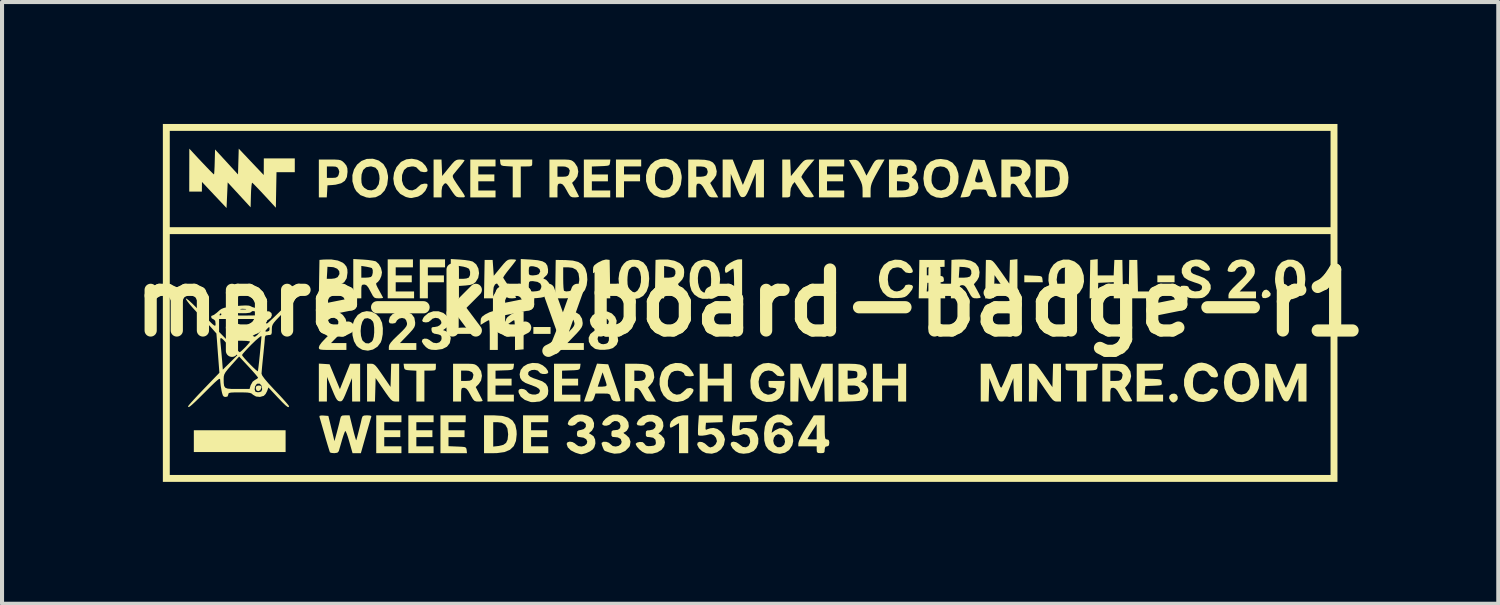
<source format=kicad_pcb>
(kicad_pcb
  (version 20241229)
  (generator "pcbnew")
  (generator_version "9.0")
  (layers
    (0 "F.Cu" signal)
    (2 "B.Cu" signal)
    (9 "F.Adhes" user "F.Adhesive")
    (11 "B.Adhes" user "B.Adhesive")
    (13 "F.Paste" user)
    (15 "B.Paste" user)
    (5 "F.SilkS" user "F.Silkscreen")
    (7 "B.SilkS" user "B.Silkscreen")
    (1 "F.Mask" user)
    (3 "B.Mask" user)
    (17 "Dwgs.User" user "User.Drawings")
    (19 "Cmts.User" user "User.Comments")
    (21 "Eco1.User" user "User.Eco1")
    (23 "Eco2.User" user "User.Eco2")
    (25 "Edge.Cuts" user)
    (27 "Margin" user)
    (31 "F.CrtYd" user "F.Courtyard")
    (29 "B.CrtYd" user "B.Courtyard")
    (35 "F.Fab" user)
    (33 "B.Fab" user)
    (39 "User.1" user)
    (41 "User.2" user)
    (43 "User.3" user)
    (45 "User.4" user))
  (footprint "mpre-keyboard-badge-r1"
    (layer "F.Cu")
    (at 15.407 4.403)
    (property "Reference" "mpre-keyboard-badge-r1" (at 0 0 0) (layer "F.SilkS") (effects (font (size 1.5 1.5) (thickness 0.3))))
    (attr board_only exclude_from_pos_files exclude_from_bom)
    (fp_poly (pts (xy -11.43 3.401) (xy -11.43 3.669) (xy -12.559 3.669) (xy -13.688 3.669) (xy -13.688 3.401) (xy -13.688 3.133) (xy -12.559 3.133) (xy -11.43 3.133)) (stroke (width 0) (type solid)) (fill yes) (layer "F.SilkS"))
    (fp_poly (pts (xy -4.911 0.677) (xy -4.911 0.762) (xy -5.122 0.762) (xy -5.334 0.762) (xy -5.334 0.677) (xy -5.334 0.593) (xy -5.122 0.593) (xy -4.911 0.593)) (stroke (width 0) (type solid)) (fill yes) (layer "F.SilkS"))
    (fp_poly (pts (xy 10.442 -0.593) (xy 10.442 -0.508) (xy 10.231 -0.508) (xy 10.019 -0.508) (xy 10.019 -0.593) (xy 10.019 -0.677) (xy 10.231 -0.677) (xy 10.442 -0.677)) (stroke (width 0) (type solid)) (fill yes) (layer "F.SilkS"))
    (fp_poly (pts (xy -12.038 2.041) (xy -12.026 2.078) (xy -12.028 2.095) (xy -12.054 2.148) (xy -12.102 2.171) (xy -12.144 2.155) (xy -12.161 2.113) (xy -12.164 2.084) (xy -12.145 2.043) (xy -12.091 2.032)) (stroke (width 0) (type solid)) (fill yes) (layer "F.SilkS"))
    (fp_poly (pts (xy 6.964 -0.671) (xy 7.074 -0.666) (xy 7.139 -0.659) (xy 7.173 -0.644) (xy 7.187 -0.616) (xy 7.191 -0.586) (xy 7.2 -0.508) (xy 6.973 -0.508) (xy 6.745 -0.508) (xy 6.745 -0.594) (xy 6.745 -0.68)) (stroke (width 0) (type solid)) (fill yes) (layer "F.SilkS"))
    (fp_poly (pts (xy 10.49 2.252) (xy 10.52 2.306) (xy 10.518 2.369) (xy 10.483 2.417) (xy 10.426 2.451) (xy 10.382 2.443) (xy 10.345 2.411) (xy 10.307 2.344) (xy 10.318 2.282) (xy 10.371 2.24) (xy 10.433 2.23)) (stroke (width 0) (type solid)) (fill yes) (layer "F.SilkS"))
    (fp_poly (pts (xy 9.533 -0.67) (xy 9.541 -0.282) (xy 9.737 -0.282) (xy 9.934 -0.282) (xy 9.934 -0.198) (xy 9.934 -0.113) (xy 9.623 -0.113) (xy 9.312 -0.113) (xy 9.32 -0.586) (xy 9.327 -1.058) (xy 9.426 -1.058) (xy 9.525 -1.058)) (stroke (width 0) (type solid)) (fill yes) (layer "F.SilkS"))
    (fp_poly (pts (xy -6.891 0.608) (xy -6.828 0.613) (xy -6.796 0.627) (xy -6.783 0.655) (xy -6.779 0.684) (xy -6.77 0.762) (xy -6.999 0.762) (xy -7.229 0.762) (xy -7.22 0.684) (xy -7.213 0.645) (xy -7.196 0.622) (xy -7.156 0.611) (xy -7.08 0.607) (xy -6.999 0.607)) (stroke (width 0) (type solid)) (fill yes) (layer "F.SilkS"))
    (fp_poly (pts (xy 12.745 -0.305) (xy 12.767 -0.285) (xy 12.806 -0.233) (xy 12.802 -0.188) (xy 12.796 -0.176) (xy 12.748 -0.138) (xy 12.681 -0.117) (xy 12.622 -0.121) (xy 12.607 -0.13) (xy 12.586 -0.186) (xy 12.599 -0.254) (xy 12.639 -0.307) (xy 12.647 -0.312) (xy 12.698 -0.328)) (stroke (width 0) (type solid)) (fill yes) (layer "F.SilkS"))
    (fp_poly (pts (xy -1.524 3.231) (xy -1.524 3.697) (xy -1.637 3.697) (xy -1.75 3.697) (xy -1.75 3.327) (xy -1.75 2.958) (xy -1.85 3.017) (xy -1.924 3.059) (xy -1.961 3.07) (xy -1.974 3.049) (xy -1.976 2.995) (xy -1.95 2.919) (xy -1.882 2.85) (xy -1.786 2.796) (xy -1.675 2.768) (xy -1.637 2.766) (xy -1.524 2.766)) (stroke (width 0) (type solid)) (fill yes) (layer "F.SilkS"))
    (fp_poly (pts (xy -7.733 1.58) (xy -7.736 1.631) (xy -7.755 1.656) (xy -7.804 1.664) (xy -7.874 1.665) (xy -8.015 1.665) (xy -8.015 2.046) (xy -8.015 2.427) (xy -8.114 2.427) (xy -8.213 2.427) (xy -8.213 2.048) (xy -8.213 1.668) (xy -8.361 1.66) (xy -8.448 1.652) (xy -8.493 1.637) (xy -8.512 1.607) (xy -8.518 1.573) (xy -8.527 1.496) (xy -8.13 1.496) (xy -7.733 1.496)) (stroke (width 0) (type solid)) (fill yes) (layer "F.SilkS"))
    (fp_poly (pts (xy -7.507 -0.974) (xy -7.507 -0.875) (xy -7.719 -0.875) (xy -7.93 -0.875) (xy -7.93 -0.776) (xy -7.93 -0.677) (xy -7.733 -0.677) (xy -7.535 -0.677) (xy -7.535 -0.593) (xy -7.535 -0.508) (xy -7.733 -0.508) (xy -7.93 -0.508) (xy -7.93 -0.31) (xy -7.93 -0.113) (xy -8.029 -0.113) (xy -8.128 -0.113) (xy -8.128 -0.593) (xy -8.128 -1.072) (xy -7.818 -1.072) (xy -7.507 -1.072)) (stroke (width 0) (type solid)) (fill yes) (layer "F.SilkS"))
    (fp_poly (pts (xy -5.362 -3.443) (xy -5.365 -3.393) (xy -5.384 -3.368) (xy -5.434 -3.359) (xy -5.503 -3.358) (xy -5.644 -3.358) (xy -5.644 -2.977) (xy -5.644 -2.596) (xy -5.743 -2.596) (xy -5.842 -2.596) (xy -5.842 -2.976) (xy -5.842 -3.355) (xy -5.99 -3.364) (xy -6.077 -3.371) (xy -6.122 -3.386) (xy -6.142 -3.416) (xy -6.147 -3.45) (xy -6.156 -3.528) (xy -5.759 -3.528) (xy -5.362 -3.528)) (stroke (width 0) (type solid)) (fill yes) (layer "F.SilkS"))
    (fp_poly (pts (xy -2.681 -3.443) (xy -2.681 -3.358) (xy -2.893 -3.358) (xy -3.104 -3.358) (xy -3.104 -3.26) (xy -3.104 -3.161) (xy -2.907 -3.161) (xy -2.709 -3.161) (xy -2.709 -3.076) (xy -2.709 -2.992) (xy -2.907 -2.992) (xy -3.104 -2.992) (xy -3.104 -2.794) (xy -3.104 -2.596) (xy -3.203 -2.596) (xy -3.302 -2.596) (xy -3.302 -3.062) (xy -3.302 -3.528) (xy -2.992 -3.528) (xy -2.681 -3.528)) (stroke (width 0) (type solid)) (fill yes) (layer "F.SilkS"))
    (fp_poly (pts (xy 8.546 1.573) (xy 8.535 1.621) (xy 8.507 1.645) (xy 8.444 1.657) (xy 8.403 1.66) (xy 8.269 1.668) (xy 8.269 2.048) (xy 8.269 2.427) (xy 8.156 2.427) (xy 8.043 2.427) (xy 8.043 2.046) (xy 8.043 1.665) (xy 7.902 1.665) (xy 7.819 1.663) (xy 7.777 1.652) (xy 7.763 1.622) (xy 7.761 1.58) (xy 7.761 1.496) (xy 8.158 1.496) (xy 8.555 1.496)) (stroke (width 0) (type solid)) (fill yes) (layer "F.SilkS"))
    (fp_poly (pts (xy -6.209 0.677) (xy -6.209 1.157) (xy -6.308 1.157) (xy -6.406 1.157) (xy -6.406 0.79) (xy -6.408 0.654) (xy -6.411 0.54) (xy -6.416 0.46) (xy -6.423 0.424) (xy -6.424 0.423) (xy -6.458 0.437) (xy -6.518 0.471) (xy -6.537 0.482) (xy -6.632 0.541) (xy -6.632 0.447) (xy -6.625 0.386) (xy -6.597 0.34) (xy -6.534 0.293) (xy -6.504 0.275) (xy -6.414 0.23) (xy -6.327 0.202) (xy -6.292 0.198) (xy -6.209 0.198)) (stroke (width 0) (type solid)) (fill yes) (layer "F.SilkS"))
    (fp_poly (pts (xy -3.457 -1.058) (xy -3.449 -0.586) (xy -3.442 -0.113) (xy -3.541 -0.113) (xy -3.641 -0.113) (xy -3.641 -0.48) (xy -3.642 -0.616) (xy -3.645 -0.73) (xy -3.651 -0.81) (xy -3.657 -0.846) (xy -3.659 -0.847) (xy -3.692 -0.833) (xy -3.752 -0.799) (xy -3.771 -0.788) (xy -3.866 -0.729) (xy -3.866 -0.823) (xy -3.86 -0.883) (xy -3.832 -0.929) (xy -3.77 -0.975) (xy -3.736 -0.997) (xy -3.638 -1.045) (xy -3.554 -1.067) (xy -3.531 -1.067)) (stroke (width 0) (type solid)) (fill yes) (layer "F.SilkS"))
    (fp_poly (pts (xy -8.58 2.85) (xy -8.58 2.935) (xy -8.791 2.935) (xy -9.003 2.935) (xy -9.003 3.034) (xy -9.003 3.133) (xy -8.805 3.133) (xy -8.608 3.133) (xy -8.608 3.217) (xy -8.608 3.302) (xy -8.805 3.302) (xy -9.003 3.302) (xy -9.003 3.415) (xy -9.003 3.528) (xy -8.791 3.528) (xy -8.58 3.528) (xy -8.58 3.612) (xy -8.58 3.697) (xy -8.89 3.697) (xy -9.2 3.697) (xy -9.2 3.231) (xy -9.2 2.766) (xy -8.89 2.766) (xy -8.58 2.766)) (stroke (width 0) (type solid)) (fill yes) (layer "F.SilkS"))
    (fp_poly (pts (xy -8.297 -0.974) (xy -8.297 -0.875) (xy -8.509 -0.875) (xy -8.721 -0.875) (xy -8.721 -0.776) (xy -8.721 -0.677) (xy -8.523 -0.677) (xy -8.326 -0.677) (xy -8.326 -0.593) (xy -8.326 -0.508) (xy -8.523 -0.508) (xy -8.721 -0.508) (xy -8.721 -0.395) (xy -8.721 -0.282) (xy -8.495 -0.282) (xy -8.269 -0.282) (xy -8.269 -0.198) (xy -8.269 -0.113) (xy -8.594 -0.113) (xy -8.918 -0.113) (xy -8.918 -0.593) (xy -8.918 -1.072) (xy -8.608 -1.072) (xy -8.297 -1.072)) (stroke (width 0) (type solid)) (fill yes) (layer "F.SilkS"))
    (fp_poly (pts (xy -7.789 2.85) (xy -7.789 2.935) (xy -8.001 2.935) (xy -8.213 2.935) (xy -8.213 3.034) (xy -8.213 3.133) (xy -8.015 3.133) (xy -7.818 3.133) (xy -7.818 3.217) (xy -7.818 3.302) (xy -8.015 3.302) (xy -8.213 3.302) (xy -8.213 3.415) (xy -8.213 3.528) (xy -8.001 3.528) (xy -7.789 3.528) (xy -7.789 3.612) (xy -7.789 3.697) (xy -8.1 3.697) (xy -8.41 3.697) (xy -8.41 3.231) (xy -8.41 2.766) (xy -8.1 2.766) (xy -7.789 2.766)) (stroke (width 0) (type solid)) (fill yes) (layer "F.SilkS"))
    (fp_poly (pts (xy -6.265 -3.443) (xy -6.265 -3.358) (xy -6.477 -3.358) (xy -6.689 -3.358) (xy -6.689 -3.26) (xy -6.689 -3.161) (xy -6.491 -3.161) (xy -6.294 -3.161) (xy -6.294 -3.076) (xy -6.294 -2.992) (xy -6.491 -2.992) (xy -6.689 -2.992) (xy -6.689 -2.879) (xy -6.689 -2.766) (xy -6.477 -2.766) (xy -6.265 -2.766) (xy -6.265 -2.681) (xy -6.265 -2.596) (xy -6.576 -2.596) (xy -6.886 -2.596) (xy -6.886 -3.062) (xy -6.886 -3.528) (xy -6.576 -3.528) (xy -6.265 -3.528)) (stroke (width 0) (type solid)) (fill yes) (layer "F.SilkS"))
    (fp_poly (pts (xy -5.574 0.212) (xy -5.574 0.677) (xy -5.574 1.143) (xy -5.68 1.152) (xy -5.786 1.161) (xy -5.786 0.792) (xy -5.787 0.655) (xy -5.791 0.541) (xy -5.797 0.461) (xy -5.805 0.425) (xy -5.807 0.424) (xy -5.842 0.44) (xy -5.897 0.479) (xy -5.898 0.48) (xy -5.963 0.525) (xy -5.998 0.527) (xy -6.01 0.485) (xy -6.011 0.451) (xy -6.003 0.395) (xy -5.97 0.348) (xy -5.9 0.295) (xy -5.877 0.28) (xy -5.753 0.218) (xy -5.659 0.203)) (stroke (width 0) (type solid)) (fill yes) (layer "F.SilkS"))
    (fp_poly (pts (xy -4.967 2.85) (xy -4.967 2.935) (xy -5.179 2.935) (xy -5.39 2.935) (xy -5.39 3.034) (xy -5.39 3.133) (xy -5.193 3.133) (xy -4.995 3.133) (xy -4.995 3.217) (xy -4.995 3.302) (xy -5.193 3.302) (xy -5.39 3.302) (xy -5.39 3.415) (xy -5.39 3.528) (xy -5.179 3.528) (xy -4.967 3.528) (xy -4.967 3.612) (xy -4.967 3.697) (xy -5.278 3.697) (xy -5.588 3.697) (xy -5.588 3.231) (xy -5.588 2.766) (xy -5.278 2.766) (xy -4.967 2.766)) (stroke (width 0) (type solid)) (fill yes) (layer "F.SilkS"))
    (fp_poly (pts (xy -1.044 1.679) (xy -1.044 1.863) (xy -0.847 1.863) (xy -0.649 1.863) (xy -0.649 1.679) (xy -0.649 1.496) (xy -0.55 1.496) (xy -0.452 1.496) (xy -0.452 1.961) (xy -0.452 2.427) (xy -0.55 2.427) (xy -0.649 2.427) (xy -0.649 2.23) (xy -0.649 2.032) (xy -0.847 2.032) (xy -1.044 2.032) (xy -1.044 2.23) (xy -1.044 2.427) (xy -1.143 2.427) (xy -1.242 2.427) (xy -1.242 1.961) (xy -1.242 1.496) (xy -1.143 1.496) (xy -1.044 1.496)) (stroke (width 0) (type solid)) (fill yes) (layer "F.SilkS"))
    (fp_poly (pts (xy 2.314 -3.443) (xy 2.314 -3.358) (xy 2.103 -3.358) (xy 1.891 -3.358) (xy 1.891 -3.26) (xy 1.891 -3.161) (xy 2.088 -3.161) (xy 2.286 -3.161) (xy 2.286 -3.076) (xy 2.286 -2.992) (xy 2.088 -2.992) (xy 1.891 -2.992) (xy 1.891 -2.879) (xy 1.891 -2.766) (xy 2.103 -2.766) (xy 2.314 -2.766) (xy 2.314 -2.681) (xy 2.314 -2.596) (xy 2.004 -2.596) (xy 1.693 -2.596) (xy 1.693 -3.062) (xy 1.693 -3.528) (xy 2.004 -3.528) (xy 2.314 -3.528)) (stroke (width 0) (type solid)) (fill yes) (layer "F.SilkS"))
    (fp_poly (pts (xy 3.246 1.679) (xy 3.246 1.863) (xy 3.443 1.863) (xy 3.641 1.863) (xy 3.641 1.679) (xy 3.641 1.496) (xy 3.739 1.496) (xy 3.838 1.496) (xy 3.838 1.961) (xy 3.838 2.427) (xy 3.739 2.427) (xy 3.641 2.427) (xy 3.641 2.23) (xy 3.641 2.032) (xy 3.443 2.032) (xy 3.246 2.032) (xy 3.246 2.23) (xy 3.246 2.427) (xy 3.133 2.427) (xy 3.02 2.427) (xy 3.02 1.961) (xy 3.02 1.496) (xy 3.133 1.496) (xy 3.246 1.496)) (stroke (width 0) (type solid)) (fill yes) (layer "F.SilkS"))
    (fp_poly (pts (xy 8.551 -0.877) (xy 8.551 -0.677) (xy 8.748 -0.677) (xy 8.944 -0.677) (xy 8.952 -0.868) (xy 8.961 -1.058) (xy 9.059 -1.058) (xy 9.158 -1.058) (xy 9.166 -0.586) (xy 9.174 -0.113) (xy 9.06 -0.113) (xy 8.946 -0.113) (xy 8.946 -0.312) (xy 8.946 -0.511) (xy 8.756 -0.502) (xy 8.565 -0.494) (xy 8.557 -0.303) (xy 8.549 -0.113) (xy 8.451 -0.113) (xy 8.352 -0.113) (xy 8.36 -0.586) (xy 8.368 -1.058) (xy 8.46 -1.067) (xy 8.551 -1.076)) (stroke (width 0) (type solid)) (fill yes) (layer "F.SilkS"))
    (fp_poly (pts (xy -0.198 -0.593) (xy -0.198 -0.113) (xy -0.296 -0.113) (xy -0.395 -0.113) (xy -0.395 -0.48) (xy -0.397 -0.616) (xy -0.401 -0.73) (xy -0.407 -0.809) (xy -0.415 -0.845) (xy -0.416 -0.846) (xy -0.451 -0.83) (xy -0.506 -0.791) (xy -0.508 -0.79) (xy -0.573 -0.745) (xy -0.607 -0.743) (xy -0.62 -0.785) (xy -0.621 -0.819) (xy -0.612 -0.876) (xy -0.579 -0.923) (xy -0.509 -0.975) (xy -0.488 -0.988) (xy -0.399 -1.036) (xy -0.315 -1.067) (xy -0.277 -1.072) (xy -0.198 -1.072)) (stroke (width 0) (type solid)) (fill yes) (layer "F.SilkS"))
    (fp_poly (pts (xy -6.999 2.85) (xy -6.999 2.935) (xy -7.211 2.935) (xy -7.422 2.935) (xy -7.422 3.034) (xy -7.422 3.133) (xy -7.225 3.133) (xy -7.027 3.133) (xy -7.027 3.217) (xy -7.027 3.302) (xy -7.225 3.302) (xy -7.422 3.302) (xy -7.422 3.414) (xy -7.422 3.525) (xy -7.204 3.534) (xy -7.094 3.539) (xy -7.028 3.546) (xy -6.994 3.562) (xy -6.981 3.589) (xy -6.976 3.619) (xy -6.967 3.697) (xy -7.294 3.697) (xy -7.62 3.697) (xy -7.62 3.231) (xy -7.62 2.766) (xy -7.31 2.766) (xy -6.999 2.766)) (stroke (width 0) (type solid)) (fill yes) (layer "F.SilkS"))
    (fp_poly (pts (xy -5.819 1.573) (xy -5.826 1.612) (xy -5.844 1.636) (xy -5.884 1.649) (xy -5.96 1.656) (xy -6.047 1.659) (xy -6.265 1.667) (xy -6.265 1.765) (xy -6.265 1.863) (xy -6.068 1.863) (xy -5.87 1.863) (xy -5.87 1.947) (xy -5.87 2.032) (xy -6.068 2.032) (xy -6.265 2.032) (xy -6.265 2.145) (xy -6.265 2.258) (xy -6.04 2.258) (xy -5.814 2.258) (xy -5.814 2.342) (xy -5.814 2.427) (xy -6.138 2.427) (xy -6.463 2.427) (xy -6.463 1.961) (xy -6.463 1.496) (xy -6.136 1.496) (xy -5.81 1.496)) (stroke (width 0) (type solid)) (fill yes) (layer "F.SilkS"))
    (fp_poly (pts (xy -4.182 1.573) (xy -4.189 1.612) (xy -4.207 1.636) (xy -4.247 1.649) (xy -4.323 1.656) (xy -4.41 1.659) (xy -4.628 1.667) (xy -4.628 1.765) (xy -4.628 1.863) (xy -4.431 1.863) (xy -4.233 1.863) (xy -4.233 1.947) (xy -4.233 2.032) (xy -4.431 2.032) (xy -4.628 2.032) (xy -4.628 2.145) (xy -4.628 2.258) (xy -4.403 2.258) (xy -4.177 2.258) (xy -4.177 2.342) (xy -4.177 2.427) (xy -4.501 2.427) (xy -4.826 2.427) (xy -4.826 1.961) (xy -4.826 1.496) (xy -4.5 1.496) (xy -4.173 1.496)) (stroke (width 0) (type solid)) (fill yes) (layer "F.SilkS"))
    (fp_poly (pts (xy -3.448 -3.45) (xy -3.455 -3.411) (xy -3.473 -3.387) (xy -3.514 -3.375) (xy -3.589 -3.368) (xy -3.676 -3.364) (xy -3.895 -3.356) (xy -3.895 -3.258) (xy -3.895 -3.161) (xy -3.697 -3.161) (xy -3.5 -3.161) (xy -3.5 -3.076) (xy -3.5 -2.992) (xy -3.697 -2.992) (xy -3.895 -2.992) (xy -3.895 -2.879) (xy -3.895 -2.766) (xy -3.669 -2.766) (xy -3.443 -2.766) (xy -3.443 -2.681) (xy -3.443 -2.596) (xy -3.768 -2.596) (xy -4.092 -2.596) (xy -4.092 -3.062) (xy -4.092 -3.528) (xy -3.766 -3.528) (xy -3.439 -3.528)) (stroke (width 0) (type solid)) (fill yes) (layer "F.SilkS"))
    (fp_poly (pts (xy -9.291 1.499) (xy -9.254 1.514) (xy -9.214 1.548) (xy -9.164 1.609) (xy -9.095 1.706) (xy -9.043 1.781) (xy -8.848 2.067) (xy -8.84 1.781) (xy -8.832 1.496) (xy -8.734 1.496) (xy -8.636 1.496) (xy -8.636 1.961) (xy -8.636 2.427) (xy -8.728 2.426) (xy -8.769 2.422) (xy -8.806 2.406) (xy -8.846 2.37) (xy -8.898 2.306) (xy -8.969 2.207) (xy -9.017 2.137) (xy -9.215 1.849) (xy -9.223 2.138) (xy -9.231 2.427) (xy -9.328 2.427) (xy -9.426 2.427) (xy -9.426 1.961) (xy -9.426 1.496) (xy -9.332 1.496)) (stroke (width 0) (type solid)) (fill yes) (layer "F.SilkS"))
    (fp_poly (pts (xy 6.576 -0.594) (xy 6.576 -0.113) (xy 6.492 -0.113) (xy 6.453 -0.118) (xy 6.416 -0.137) (xy 6.373 -0.178) (xy 6.316 -0.25) (xy 6.239 -0.358) (xy 6.211 -0.398) (xy 6.013 -0.683) (xy 6.005 -0.405) (xy 5.997 -0.127) (xy 5.891 -0.118) (xy 5.784 -0.109) (xy 5.792 -0.584) (xy 5.8 -1.058) (xy 5.883 -1.058) (xy 5.922 -1.054) (xy 5.959 -1.035) (xy 6.002 -0.994) (xy 6.059 -0.923) (xy 6.136 -0.816) (xy 6.172 -0.766) (xy 6.376 -0.474) (xy 6.384 -0.766) (xy 6.392 -1.058) (xy 6.484 -1.067) (xy 6.576 -1.076)) (stroke (width 0) (type solid)) (fill yes) (layer "F.SilkS"))
    (fp_poly (pts (xy 7.648 1.961) (xy 7.648 2.427) (xy 7.554 2.427) (xy 7.513 2.424) (xy 7.476 2.409) (xy 7.436 2.375) (xy 7.386 2.314) (xy 7.317 2.217) (xy 7.265 2.142) (xy 7.07 1.856) (xy 7.062 2.142) (xy 7.054 2.427) (xy 6.956 2.427) (xy 6.858 2.427) (xy 6.858 1.961) (xy 6.858 1.496) (xy 6.95 1.497) (xy 6.991 1.501) (xy 7.028 1.517) (xy 7.068 1.553) (xy 7.12 1.617) (xy 7.191 1.716) (xy 7.239 1.786) (xy 7.437 2.074) (xy 7.445 1.785) (xy 7.453 1.496) (xy 7.55 1.496) (xy 7.648 1.496)) (stroke (width 0) (type solid)) (fill yes) (layer "F.SilkS"))
    (fp_poly (pts (xy 4.784 -0.974) (xy 4.784 -0.889) (xy 4.565 -0.881) (xy 4.346 -0.873) (xy 4.346 -0.776) (xy 4.346 -0.68) (xy 4.551 -0.672) (xy 4.656 -0.666) (xy 4.718 -0.658) (xy 4.749 -0.641) (xy 4.761 -0.61) (xy 4.764 -0.587) (xy 4.767 -0.548) (xy 4.755 -0.524) (xy 4.718 -0.512) (xy 4.644 -0.506) (xy 4.567 -0.502) (xy 4.36 -0.494) (xy 4.352 -0.388) (xy 4.343 -0.282) (xy 4.57 -0.282) (xy 4.798 -0.282) (xy 4.798 -0.198) (xy 4.798 -0.113) (xy 4.473 -0.113) (xy 4.147 -0.113) (xy 4.155 -0.586) (xy 4.163 -1.058) (xy 4.473 -1.058) (xy 4.784 -1.058)) (stroke (width 0) (type solid)) (fill yes) (layer "F.SilkS"))
    (fp_poly (pts (xy 14.45 0) (xy 14.45 4.403) (xy 0 4.403) (xy -14.45 4.403) (xy -14.45 0) (xy -14.45 -1.693) (xy -14.28 -1.693) (xy -14.28 1.27) (xy -14.28 4.233) (xy 0 4.233) (xy 14.28 4.233) (xy 14.28 1.27) (xy 14.28 -1.693) (xy 0 -1.693) (xy -14.28 -1.693) (xy -14.45 -1.693) (xy -14.45 -4.233) (xy -14.28 -4.233) (xy -14.28 -3.048) (xy -14.28 -1.863) (xy 0 -1.863) (xy 14.28 -1.863) (xy 14.28 -3.048) (xy 14.28 -4.233) (xy 0 -4.233) (xy -14.28 -4.233) (xy -14.45 -4.233) (xy -14.45 -4.403) (xy 0 -4.403) (xy 14.45 -4.403)) (stroke (width 0) (type solid)) (fill yes) (layer "F.SilkS"))
    (fp_poly (pts (xy -6.301 2.766) (xy -6.104 2.779) (xy -5.954 2.82) (xy -5.847 2.893) (xy -5.779 3) (xy -5.748 3.145) (xy -5.744 3.231) (xy -5.762 3.396) (xy -5.816 3.523) (xy -5.909 3.613) (xy -6.045 3.67) (xy -6.226 3.695) (xy -6.304 3.697) (xy -6.548 3.697) (xy -6.548 3.231) (xy -6.548 2.935) (xy -6.322 2.935) (xy -6.322 3.235) (xy -6.322 3.535) (xy -6.189 3.52) (xy -6.073 3.492) (xy -6.005 3.443) (xy -5.968 3.363) (xy -5.955 3.24) (xy -5.955 3.227) (xy -5.972 3.091) (xy -6.025 2.998) (xy -6.115 2.947) (xy -6.208 2.935) (xy -6.322 2.935) (xy -6.548 2.935) (xy -6.548 2.766)) (stroke (width 0) (type solid)) (fill yes) (layer "F.SilkS"))
    (fp_poly (pts (xy -10.48 1.501) (xy -10.348 1.51) (xy -10.221 1.816) (xy -10.094 2.122) (xy -9.969 1.809) (xy -9.844 1.496) (xy -9.72 1.496) (xy -9.596 1.496) (xy -9.596 1.961) (xy -9.596 2.427) (xy -9.694 2.427) (xy -9.793 2.427) (xy -9.795 2.138) (xy -9.796 1.849) (xy -9.913 2.139) (xy -9.965 2.266) (xy -10.003 2.349) (xy -10.032 2.397) (xy -10.059 2.419) (xy -10.09 2.422) (xy -10.1 2.421) (xy -10.134 2.411) (xy -10.165 2.384) (xy -10.198 2.331) (xy -10.239 2.242) (xy -10.291 2.117) (xy -10.411 1.82) (xy -10.413 2.124) (xy -10.414 2.427) (xy -10.513 2.427) (xy -10.612 2.427) (xy -10.612 1.96) (xy -10.612 1.493)) (stroke (width 0) (type solid)) (fill yes) (layer "F.SilkS"))
    (fp_poly (pts (xy 0.339 -3.064) (xy 0.339 -2.596) (xy 0.24 -2.596) (xy 0.141 -2.596) (xy 0.14 -2.9) (xy 0.138 -3.203) (xy 0.018 -2.907) (xy -0.036 -2.776) (xy -0.077 -2.689) (xy -0.11 -2.637) (xy -0.14 -2.611) (xy -0.173 -2.602) (xy -0.205 -2.602) (xy -0.233 -2.617) (xy -0.261 -2.656) (xy -0.295 -2.728) (xy -0.343 -2.841) (xy -0.36 -2.884) (xy -0.477 -3.175) (xy -0.478 -2.886) (xy -0.48 -2.596) (xy -0.579 -2.596) (xy -0.677 -2.596) (xy -0.677 -3.062) (xy -0.677 -3.528) (xy -0.553 -3.528) (xy -0.429 -3.528) (xy -0.304 -3.215) (xy -0.179 -2.902) (xy -0.052 -3.208) (xy 0.075 -3.514) (xy 0.207 -3.522) (xy 0.339 -3.531)) (stroke (width 0) (type solid)) (fill yes) (layer "F.SilkS"))
    (fp_poly (pts (xy 10.155 1.573) (xy 10.148 1.612) (xy 10.13 1.636) (xy 10.09 1.649) (xy 10.014 1.656) (xy 9.927 1.659) (xy 9.708 1.667) (xy 9.708 1.764) (xy 9.708 1.86) (xy 9.913 1.868) (xy 10.019 1.874) (xy 10.08 1.882) (xy 10.111 1.899) (xy 10.123 1.93) (xy 10.126 1.953) (xy 10.129 1.992) (xy 10.117 2.016) (xy 10.08 2.028) (xy 10.006 2.034) (xy 9.929 2.038) (xy 9.723 2.046) (xy 9.714 2.152) (xy 9.705 2.258) (xy 9.933 2.258) (xy 10.16 2.258) (xy 10.16 2.342) (xy 10.16 2.427) (xy 9.835 2.427) (xy 9.511 2.427) (xy 9.511 1.961) (xy 9.511 1.496) (xy 9.837 1.496) (xy 10.164 1.496)) (stroke (width 0) (type solid)) (fill yes) (layer "F.SilkS"))
    (fp_poly (pts (xy 3.238 -3.408) (xy 3.143 -3.241) (xy 3.072 -3.113) (xy 3.023 -3.017) (xy 2.991 -2.942) (xy 2.973 -2.879) (xy 2.965 -2.821) (xy 2.963 -2.757) (xy 2.963 -2.756) (xy 2.963 -2.596) (xy 2.865 -2.596) (xy 2.766 -2.596) (xy 2.766 -2.763) (xy 2.763 -2.84) (xy 2.753 -2.905) (xy 2.729 -2.975) (xy 2.688 -3.061) (xy 2.623 -3.177) (xy 2.598 -3.222) (xy 2.43 -3.514) (xy 2.533 -3.523) (xy 2.6 -3.521) (xy 2.655 -3.496) (xy 2.705 -3.439) (xy 2.76 -3.343) (xy 2.798 -3.266) (xy 2.861 -3.131) (xy 2.971 -3.33) (xy 3.026 -3.428) (xy 3.067 -3.487) (xy 3.103 -3.516) (xy 3.146 -3.527) (xy 3.194 -3.528) (xy 3.307 -3.528)) (stroke (width 0) (type solid)) (fill yes) (layer "F.SilkS"))
    (fp_poly (pts (xy -10.145 -1.043) (xy -10.026 -0.991) (xy -9.986 -0.959) (xy -9.934 -0.895) (xy -9.911 -0.826) (xy -9.907 -0.743) (xy -9.927 -0.607) (xy -9.987 -0.51) (xy -10.088 -0.449) (xy -10.233 -0.424) (xy -10.271 -0.423) (xy -10.414 -0.423) (xy -10.414 -0.268) (xy -10.414 -0.113) (xy -10.513 -0.113) (xy -10.613 -0.113) (xy -10.605 -0.586) (xy -10.605 -0.593) (xy -10.417 -0.593) (xy -10.305 -0.593) (xy -10.216 -0.604) (xy -10.152 -0.633) (xy -10.148 -0.637) (xy -10.105 -0.71) (xy -10.111 -0.782) (xy -10.16 -0.841) (xy -10.246 -0.877) (xy -10.287 -0.882) (xy -10.4 -0.889) (xy -10.408 -0.741) (xy -10.417 -0.593) (xy -10.605 -0.593) (xy -10.597 -1.058) (xy -10.485 -1.068) (xy -10.302 -1.069)) (stroke (width 0) (type solid)) (fill yes) (layer "F.SilkS"))
    (fp_poly (pts (xy 7.288 -3.528) (xy 7.459 -3.52) (xy 7.586 -3.496) (xy 7.678 -3.45) (xy 7.747 -3.378) (xy 7.78 -3.324) (xy 7.817 -3.217) (xy 7.832 -3.088) (xy 7.825 -2.958) (xy 7.798 -2.849) (xy 7.773 -2.805) (xy 7.701 -2.719) (xy 7.628 -2.662) (xy 7.538 -2.627) (xy 7.419 -2.608) (xy 7.293 -2.601) (xy 7.027 -2.591) (xy 7.027 -3.059) (xy 7.027 -3.358) (xy 7.253 -3.358) (xy 7.253 -3.058) (xy 7.253 -2.758) (xy 7.386 -2.773) (xy 7.502 -2.801) (xy 7.569 -2.851) (xy 7.607 -2.931) (xy 7.62 -3.054) (xy 7.62 -3.067) (xy 7.603 -3.203) (xy 7.55 -3.296) (xy 7.46 -3.347) (xy 7.367 -3.358) (xy 7.253 -3.358) (xy 7.027 -3.358) (xy 7.027 -3.528)) (stroke (width 0) (type solid)) (fill yes) (layer "F.SilkS"))
    (fp_poly (pts (xy -7.133 -1.066) (xy -7.014 -1.055) (xy -6.907 -1.039) (xy -6.834 -1.02) (xy -6.824 -1.016) (xy -6.739 -0.947) (xy -6.687 -0.847) (xy -6.67 -0.731) (xy -6.691 -0.616) (xy -6.752 -0.517) (xy -6.757 -0.511) (xy -6.815 -0.467) (xy -6.89 -0.442) (xy -6.998 -0.429) (xy -7.168 -0.417) (xy -7.168 -0.265) (xy -7.168 -0.113) (xy -7.267 -0.113) (xy -7.366 -0.113) (xy -7.366 -0.596) (xy -7.366 -0.91) (xy -7.168 -0.91) (xy -7.168 -0.752) (xy -7.168 -0.593) (xy -7.061 -0.593) (xy -6.982 -0.601) (xy -6.926 -0.622) (xy -6.92 -0.627) (xy -6.892 -0.687) (xy -6.89 -0.766) (xy -6.914 -0.832) (xy -6.926 -0.845) (xy -6.98 -0.871) (xy -7.059 -0.893) (xy -7.067 -0.894) (xy -7.168 -0.91) (xy -7.366 -0.91) (xy -7.366 -1.08)) (stroke (width 0) (type solid)) (fill yes) (layer "F.SilkS"))
    (fp_poly (pts (xy -10.215 -3.527) (xy -10.131 -3.522) (xy -10.076 -3.51) (xy -10.035 -3.488) (xy -9.995 -3.452) (xy -9.988 -3.445) (xy -9.936 -3.382) (xy -9.911 -3.314) (xy -9.906 -3.224) (xy -9.922 -3.097) (xy -9.972 -3.005) (xy -10.063 -2.944) (xy -10.198 -2.909) (xy -10.287 -2.9) (xy -10.4 -2.893) (xy -10.408 -2.745) (xy -10.417 -2.596) (xy -10.514 -2.596) (xy -10.612 -2.596) (xy -10.612 -3.062) (xy -10.612 -3.358) (xy -10.414 -3.358) (xy -10.414 -3.217) (xy -10.414 -3.076) (xy -10.286 -3.076) (xy -10.203 -3.081) (xy -10.157 -3.101) (xy -10.127 -3.146) (xy -10.127 -3.147) (xy -10.109 -3.226) (xy -10.127 -3.288) (xy -10.156 -3.333) (xy -10.202 -3.353) (xy -10.284 -3.358) (xy -10.286 -3.358) (xy -10.414 -3.358) (xy -10.612 -3.358) (xy -10.612 -3.528) (xy -10.341 -3.528)) (stroke (width 0) (type solid)) (fill yes) (layer "F.SilkS"))
    (fp_poly (pts (xy 1.382 1.806) (xy 1.43 1.927) (xy 1.471 2.026) (xy 1.499 2.092) (xy 1.51 2.117) (xy 1.521 2.092) (xy 1.549 2.025) (xy 1.59 1.927) (xy 1.639 1.806) (xy 1.764 1.496) (xy 1.898 1.496) (xy 2.032 1.496) (xy 2.032 1.961) (xy 2.032 2.427) (xy 1.934 2.427) (xy 1.836 2.427) (xy 1.828 2.124) (xy 1.82 1.822) (xy 1.704 2.117) (xy 1.651 2.248) (xy 1.611 2.335) (xy 1.579 2.387) (xy 1.549 2.413) (xy 1.517 2.422) (xy 1.485 2.421) (xy 1.458 2.407) (xy 1.43 2.368) (xy 1.395 2.298) (xy 1.349 2.188) (xy 1.323 2.125) (xy 1.199 1.82) (xy 1.191 2.124) (xy 1.183 2.427) (xy 1.086 2.427) (xy 0.988 2.427) (xy 0.988 1.961) (xy 0.988 1.496) (xy 1.122 1.496) (xy 1.257 1.496)) (stroke (width 0) (type solid)) (fill yes) (layer "F.SilkS"))
    (fp_poly (pts (xy 12.803 1.501) (xy 12.934 1.51) (xy 13.05 1.799) (xy 13.098 1.915) (xy 13.139 2.009) (xy 13.169 2.07) (xy 13.181 2.088) (xy 13.197 2.064) (xy 13.23 1.997) (xy 13.273 1.9) (xy 13.318 1.792) (xy 13.44 1.496) (xy 13.564 1.496) (xy 13.688 1.496) (xy 13.688 1.961) (xy 13.688 2.427) (xy 13.589 2.427) (xy 13.49 2.427) (xy 13.489 2.138) (xy 13.487 1.849) (xy 13.371 2.139) (xy 13.319 2.266) (xy 13.281 2.349) (xy 13.251 2.397) (xy 13.224 2.419) (xy 13.194 2.422) (xy 13.183 2.421) (xy 13.149 2.411) (xy 13.119 2.384) (xy 13.085 2.331) (xy 13.044 2.242) (xy 12.992 2.117) (xy 12.872 1.82) (xy 12.871 2.124) (xy 12.869 2.427) (xy 12.771 2.427) (xy 12.672 2.427) (xy 12.672 1.96) (xy 12.672 1.493)) (stroke (width 0) (type solid)) (fill yes) (layer "F.SilkS"))
    (fp_poly (pts (xy -4.538 -1.054) (xy -4.361 -1.041) (xy -4.23 -1.008) (xy -4.134 -0.949) (xy -4.066 -0.861) (xy -4.053 -0.835) (xy -4.016 -0.712) (xy -4.006 -0.571) (xy -4.023 -0.433) (xy -4.064 -0.32) (xy -4.072 -0.308) (xy -4.15 -0.217) (xy -4.248 -0.158) (xy -4.377 -0.124) (xy -4.547 -0.113) (xy -4.566 -0.113) (xy -4.799 -0.113) (xy -4.791 -0.586) (xy -4.787 -0.875) (xy -4.6 -0.875) (xy -4.6 -0.597) (xy -4.598 -0.477) (xy -4.593 -0.378) (xy -4.585 -0.314) (xy -4.579 -0.298) (xy -4.528 -0.282) (xy -4.45 -0.29) (xy -4.364 -0.318) (xy -4.291 -0.359) (xy -4.269 -0.381) (xy -4.224 -0.453) (xy -4.206 -0.548) (xy -4.205 -0.596) (xy -4.223 -0.726) (xy -4.279 -0.815) (xy -4.373 -0.864) (xy -4.472 -0.875) (xy -4.6 -0.875) (xy -4.787 -0.875) (xy -4.784 -1.058)) (stroke (width 0) (type solid)) (fill yes) (layer "F.SilkS"))
    (fp_poly (pts (xy -3.63 1.502) (xy -3.493 1.51) (xy -3.341 1.944) (xy -3.29 2.091) (xy -3.246 2.221) (xy -3.213 2.322) (xy -3.193 2.387) (xy -3.189 2.404) (xy -3.214 2.419) (xy -3.275 2.423) (xy -3.294 2.422) (xy -3.367 2.409) (xy -3.405 2.375) (xy -3.425 2.321) (xy -3.442 2.271) (xy -3.466 2.244) (xy -3.511 2.232) (xy -3.594 2.23) (xy -3.628 2.23) (xy -3.806 2.23) (xy -3.838 2.328) (xy -3.866 2.393) (xy -3.904 2.421) (xy -3.975 2.427) (xy -3.98 2.427) (xy -4.089 2.427) (xy -3.962 2.06) (xy -3.75 2.06) (xy -3.639 2.06) (xy -3.56 2.052) (xy -3.53 2.028) (xy -3.53 2.025) (xy -3.54 1.98) (xy -3.564 1.902) (xy -3.582 1.849) (xy -3.631 1.708) (xy -3.69 1.884) (xy -3.75 2.06) (xy -3.962 2.06) (xy -3.928 1.961) (xy -3.768 1.494)) (stroke (width 0) (type solid)) (fill yes) (layer "F.SilkS"))
    (fp_poly (pts (xy 4.85 -3.519) (xy 4.977 -3.451) (xy 5.068 -3.341) (xy 5.12 -3.192) (xy 5.129 -3.112) (xy 5.118 -2.944) (xy 5.063 -2.8) (xy 4.973 -2.688) (xy 4.854 -2.613) (xy 4.712 -2.582) (xy 4.577 -2.596) (xy 4.446 -2.654) (xy 4.347 -2.756) (xy 4.284 -2.893) (xy 4.268 -3.013) (xy 4.462 -3.013) (xy 4.47 -2.95) (xy 4.52 -2.85) (xy 4.599 -2.787) (xy 4.696 -2.767) (xy 4.796 -2.795) (xy 4.819 -2.809) (xy 4.881 -2.884) (xy 4.916 -2.99) (xy 4.922 -3.108) (xy 4.898 -3.22) (xy 4.85 -3.3) (xy 4.774 -3.346) (xy 4.679 -3.359) (xy 4.586 -3.341) (xy 4.532 -3.304) (xy 4.492 -3.229) (xy 4.467 -3.124) (xy 4.462 -3.013) (xy 4.268 -3.013) (xy 4.262 -3.06) (xy 4.262 -3.063) (xy 4.281 -3.241) (xy 4.34 -3.379) (xy 4.437 -3.476) (xy 4.57 -3.53) (xy 4.69 -3.542)) (stroke (width 0) (type solid)) (fill yes) (layer "F.SilkS"))
    (fp_poly (pts (xy 6.689 1.96) (xy 6.689 2.427) (xy 6.591 2.427) (xy 6.493 2.427) (xy 6.485 2.138) (xy 6.477 1.849) (xy 6.364 2.138) (xy 6.313 2.266) (xy 6.275 2.349) (xy 6.245 2.398) (xy 6.217 2.421) (xy 6.184 2.427) (xy 6.181 2.427) (xy 6.148 2.422) (xy 6.119 2.401) (xy 6.089 2.356) (xy 6.053 2.276) (xy 6.003 2.153) (xy 5.997 2.138) (xy 5.884 1.849) (xy 5.876 2.138) (xy 5.868 2.427) (xy 5.77 2.427) (xy 5.673 2.427) (xy 5.673 1.961) (xy 5.673 1.496) (xy 5.797 1.496) (xy 5.921 1.496) (xy 6.013 1.714) (xy 6.059 1.827) (xy 6.099 1.928) (xy 6.127 2) (xy 6.131 2.011) (xy 6.156 2.066) (xy 6.177 2.088) (xy 6.194 2.064) (xy 6.227 1.997) (xy 6.27 1.9) (xy 6.312 1.799) (xy 6.429 1.51) (xy 6.559 1.501) (xy 6.689 1.493)) (stroke (width 0) (type solid)) (fill yes) (layer "F.SilkS"))
    (fp_poly (pts (xy 7.848 -1.065) (xy 7.982 -1.018) (xy 8.093 -0.93) (xy 8.153 -0.839) (xy 8.207 -0.677) (xy 8.214 -0.521) (xy 8.179 -0.379) (xy 8.106 -0.26) (xy 8 -0.171) (xy 7.863 -0.121) (xy 7.775 -0.113) (xy 7.646 -0.126) (xy 7.543 -0.17) (xy 7.532 -0.177) (xy 7.431 -0.276) (xy 7.366 -0.403) (xy 7.338 -0.546) (xy 7.339 -0.572) (xy 7.541 -0.572) (xy 7.562 -0.45) (xy 7.621 -0.356) (xy 7.639 -0.34) (xy 7.737 -0.289) (xy 7.834 -0.295) (xy 7.91 -0.339) (xy 7.972 -0.42) (xy 8.004 -0.533) (xy 8.002 -0.659) (xy 7.987 -0.719) (xy 7.935 -0.816) (xy 7.854 -0.865) (xy 7.775 -0.875) (xy 7.671 -0.856) (xy 7.6 -0.794) (xy 7.561 -0.708) (xy 7.541 -0.572) (xy 7.339 -0.572) (xy 7.345 -0.693) (xy 7.388 -0.83) (xy 7.467 -0.946) (xy 7.563 -1.02) (xy 7.705 -1.067)) (stroke (width 0) (type solid)) (fill yes) (layer "F.SilkS"))
    (fp_poly (pts (xy -9.283 -3.548) (xy -9.137 -3.503) (xy -9.023 -3.415) (xy -8.946 -3.288) (xy -8.911 -3.128) (xy -8.909 -3.076) (xy -8.931 -2.905) (xy -8.993 -2.766) (xy -9.09 -2.662) (xy -9.216 -2.6) (xy -9.364 -2.585) (xy -9.447 -2.597) (xy -9.588 -2.652) (xy -9.691 -2.749) (xy -9.738 -2.831) (xy -9.786 -2.99) (xy -9.786 -3.057) (xy -9.567 -3.057) (xy -9.562 -2.957) (xy -9.541 -2.89) (xy -9.498 -2.835) (xy -9.409 -2.779) (xy -9.311 -2.769) (xy -9.222 -2.804) (xy -9.201 -2.822) (xy -9.138 -2.921) (xy -9.118 -3.052) (xy -9.124 -3.137) (xy -9.157 -3.255) (xy -9.22 -3.328) (xy -9.317 -3.357) (xy -9.344 -3.358) (xy -9.449 -3.337) (xy -9.521 -3.271) (xy -9.56 -3.161) (xy -9.567 -3.057) (xy -9.786 -3.057) (xy -9.787 -3.144) (xy -9.747 -3.284) (xy -9.672 -3.403) (xy -9.566 -3.492) (xy -9.435 -3.543) (xy -9.284 -3.548)) (stroke (width 0) (type solid)) (fill yes) (layer "F.SilkS"))
    (fp_poly (pts (xy -2.058 -3.548) (xy -1.912 -3.503) (xy -1.798 -3.415) (xy -1.721 -3.288) (xy -1.686 -3.128) (xy -1.684 -3.076) (xy -1.706 -2.905) (xy -1.768 -2.766) (xy -1.865 -2.662) (xy -1.991 -2.6) (xy -2.139 -2.585) (xy -2.222 -2.597) (xy -2.363 -2.652) (xy -2.466 -2.749) (xy -2.514 -2.831) (xy -2.561 -2.99) (xy -2.561 -3.057) (xy -2.342 -3.057) (xy -2.337 -2.957) (xy -2.316 -2.89) (xy -2.273 -2.835) (xy -2.185 -2.779) (xy -2.087 -2.769) (xy -1.997 -2.804) (xy -1.976 -2.822) (xy -1.913 -2.921) (xy -1.893 -3.052) (xy -1.899 -3.137) (xy -1.932 -3.255) (xy -1.995 -3.328) (xy -2.092 -3.357) (xy -2.119 -3.358) (xy -2.224 -3.337) (xy -2.296 -3.271) (xy -2.335 -3.161) (xy -2.342 -3.057) (xy -2.561 -3.057) (xy -2.562 -3.144) (xy -2.522 -3.284) (xy -2.447 -3.403) (xy -2.341 -3.492) (xy -2.21 -3.543) (xy -2.059 -3.548)) (stroke (width 0) (type solid)) (fill yes) (layer "F.SilkS"))
    (fp_poly (pts (xy -4.311 0.223) (xy -4.296 0.228) (xy -4.197 0.29) (xy -4.137 0.389) (xy -4.12 0.496) (xy -4.126 0.55) (xy -4.147 0.602) (xy -4.191 0.664) (xy -4.265 0.748) (xy -4.309 0.793) (xy -4.497 0.988) (xy -4.294 0.988) (xy -4.092 0.988) (xy -4.092 1.072) (xy -4.092 1.157) (xy -4.431 1.157) (xy -4.77 1.157) (xy -4.77 1.08) (xy -4.76 1.034) (xy -4.727 0.979) (xy -4.664 0.907) (xy -4.564 0.809) (xy -4.541 0.788) (xy -4.439 0.69) (xy -4.373 0.62) (xy -4.337 0.569) (xy -4.323 0.527) (xy -4.323 0.495) (xy -4.345 0.426) (xy -4.377 0.387) (xy -4.446 0.37) (xy -4.521 0.388) (xy -4.576 0.431) (xy -4.586 0.452) (xy -4.617 0.493) (xy -4.683 0.508) (xy -4.701 0.508) (xy -4.766 0.506) (xy -4.792 0.491) (xy -4.785 0.449) (xy -4.758 0.382) (xy -4.688 0.283) (xy -4.584 0.221) (xy -4.455 0.2)) (stroke (width 0) (type solid)) (fill yes) (layer "F.SilkS"))
    (fp_poly (pts (xy 0.994 -3.323) (xy 1.002 -3.119) (xy 1.167 -3.323) (xy 1.246 -3.419) (xy 1.302 -3.479) (xy 1.347 -3.512) (xy 1.392 -3.525) (xy 1.451 -3.528) (xy 1.458 -3.528) (xy 1.583 -3.528) (xy 1.413 -3.326) (xy 1.341 -3.235) (xy 1.289 -3.158) (xy 1.262 -3.107) (xy 1.262 -3.093) (xy 1.285 -3.056) (xy 1.331 -2.986) (xy 1.391 -2.895) (xy 1.411 -2.865) (xy 1.474 -2.769) (xy 1.526 -2.69) (xy 1.558 -2.639) (xy 1.563 -2.632) (xy 1.561 -2.609) (xy 1.515 -2.598) (xy 1.462 -2.597) (xy 1.4 -2.6) (xy 1.355 -2.613) (xy 1.315 -2.647) (xy 1.266 -2.711) (xy 1.217 -2.786) (xy 1.093 -2.974) (xy 1.04 -2.909) (xy 0.999 -2.819) (xy 0.988 -2.72) (xy 0.986 -2.644) (xy 0.97 -2.608) (xy 0.93 -2.597) (xy 0.889 -2.596) (xy 0.79 -2.596) (xy 0.79 -3.062) (xy 0.79 -3.528) (xy 0.888 -3.528) (xy 0.985 -3.528)) (stroke (width 0) (type solid)) (fill yes) (layer "F.SilkS"))
    (fp_poly (pts (xy 12.18 -1.06) (xy 12.283 -1.017) (xy 12.364 -0.946) (xy 12.411 -0.848) (xy 12.418 -0.785) (xy 12.413 -0.729) (xy 12.394 -0.677) (xy 12.352 -0.616) (xy 12.282 -0.535) (xy 12.231 -0.48) (xy 12.044 -0.282) (xy 12.245 -0.282) (xy 12.446 -0.282) (xy 12.446 -0.198) (xy 12.446 -0.113) (xy 12.107 -0.113) (xy 11.769 -0.113) (xy 11.768 -0.191) (xy 11.778 -0.236) (xy 11.81 -0.29) (xy 11.872 -0.361) (xy 11.971 -0.458) (xy 11.996 -0.483) (xy 12.099 -0.581) (xy 12.165 -0.651) (xy 12.201 -0.703) (xy 12.216 -0.745) (xy 12.215 -0.776) (xy 12.193 -0.844) (xy 12.161 -0.883) (xy 12.092 -0.9) (xy 12.018 -0.882) (xy 11.962 -0.839) (xy 11.952 -0.818) (xy 11.921 -0.777) (xy 11.855 -0.762) (xy 11.837 -0.762) (xy 11.77 -0.769) (xy 11.745 -0.796) (xy 11.758 -0.852) (xy 11.783 -0.904) (xy 11.857 -0.996) (xy 11.956 -1.052) (xy 12.067 -1.072)) (stroke (width 0) (type solid)) (fill yes) (layer "F.SilkS"))
    (fp_poly (pts (xy -8.45 0.219) (xy -8.437 0.223) (xy -8.326 0.278) (xy -8.262 0.365) (xy -8.241 0.487) (xy -8.241 0.489) (xy -8.245 0.545) (xy -8.263 0.597) (xy -8.303 0.655) (xy -8.372 0.733) (xy -8.429 0.793) (xy -8.617 0.988) (xy -8.415 0.988) (xy -8.213 0.988) (xy -8.213 1.072) (xy -8.213 1.157) (xy -8.551 1.157) (xy -8.89 1.157) (xy -8.89 1.081) (xy -8.88 1.035) (xy -8.845 0.979) (xy -8.779 0.904) (xy -8.676 0.803) (xy -8.662 0.79) (xy -8.56 0.692) (xy -8.494 0.621) (xy -8.457 0.57) (xy -8.443 0.528) (xy -8.443 0.495) (xy -8.465 0.426) (xy -8.498 0.387) (xy -8.566 0.37) (xy -8.638 0.387) (xy -8.691 0.43) (xy -8.701 0.451) (xy -8.731 0.495) (xy -8.799 0.508) (xy -8.803 0.508) (xy -8.864 0.501) (xy -8.887 0.471) (xy -8.89 0.436) (xy -8.864 0.346) (xy -8.796 0.274) (xy -8.696 0.225) (xy -8.576 0.205)) (stroke (width 0) (type solid)) (fill yes) (layer "F.SilkS"))
    (fp_poly (pts (xy -1.015 -1.053) (xy -0.898 -0.994) (xy -0.875 -0.974) (xy -0.799 -0.867) (xy -0.754 -0.732) (xy -0.739 -0.583) (xy -0.754 -0.434) (xy -0.797 -0.299) (xy -0.869 -0.192) (xy -0.915 -0.154) (xy -1.041 -0.102) (xy -1.173 -0.101) (xy -1.268 -0.133) (xy -1.373 -0.205) (xy -1.441 -0.298) (xy -1.479 -0.423) (xy -1.491 -0.533) (xy -1.488 -0.61) (xy -1.287 -0.61) (xy -1.281 -0.497) (xy -1.257 -0.393) (xy -1.216 -0.311) (xy -1.156 -0.262) (xy -1.121 -0.255) (xy -1.087 -0.272) (xy -1.036 -0.316) (xy -1.029 -0.323) (xy -0.991 -0.368) (xy -0.97 -0.419) (xy -0.961 -0.495) (xy -0.96 -0.591) (xy -0.971 -0.74) (xy -1.007 -0.84) (xy -1.069 -0.893) (xy -1.128 -0.903) (xy -1.196 -0.879) (xy -1.244 -0.813) (xy -1.275 -0.72) (xy -1.287 -0.61) (xy -1.488 -0.61) (xy -1.484 -0.724) (xy -1.439 -0.874) (xy -1.357 -0.981) (xy -1.284 -1.028) (xy -1.149 -1.065)) (stroke (width 0) (type solid)) (fill yes) (layer "F.SilkS"))
    (fp_poly (pts (xy 12.176 1.479) (xy 12.304 1.527) (xy 12.409 1.617) (xy 12.484 1.745) (xy 12.521 1.906) (xy 12.521 1.908) (xy 12.525 2.02) (xy 12.51 2.107) (xy 12.471 2.196) (xy 12.469 2.201) (xy 12.378 2.321) (xy 12.257 2.404) (xy 12.118 2.442) (xy 11.973 2.432) (xy 11.955 2.427) (xy 11.825 2.359) (xy 11.73 2.249) (xy 11.672 2.104) (xy 11.66 1.996) (xy 11.854 1.996) (xy 11.865 2.073) (xy 11.913 2.172) (xy 11.991 2.235) (xy 12.086 2.257) (xy 12.182 2.233) (xy 12.218 2.208) (xy 12.28 2.125) (xy 12.31 2.014) (xy 12.307 1.892) (xy 12.272 1.779) (xy 12.231 1.718) (xy 12.159 1.676) (xy 12.065 1.668) (xy 11.973 1.693) (xy 11.939 1.715) (xy 11.892 1.782) (xy 11.863 1.883) (xy 11.854 1.996) (xy 11.66 1.996) (xy 11.656 1.955) (xy 11.673 1.79) (xy 11.727 1.663) (xy 11.822 1.566) (xy 11.884 1.529) (xy 12.033 1.478)) (stroke (width 0) (type solid)) (fill yes) (layer "F.SilkS"))
    (fp_poly (pts (xy -10.22 0.206) (xy -10.115 0.23) (xy -10.036 0.284) (xy -10.013 0.308) (xy -9.954 0.392) (xy -9.932 0.473) (xy -9.951 0.562) (xy -10.013 0.664) (xy -10.118 0.787) (xy -10.155 0.826) (xy -10.313 0.988) (xy -10.124 0.988) (xy -9.934 0.988) (xy -9.934 1.072) (xy -9.934 1.157) (xy -10.273 1.157) (xy -10.416 1.157) (xy -10.511 1.154) (xy -10.569 1.148) (xy -10.599 1.137) (xy -10.61 1.118) (xy -10.612 1.091) (xy -10.593 1.041) (xy -10.537 0.966) (xy -10.44 0.863) (xy -10.372 0.797) (xy -10.252 0.677) (xy -10.174 0.584) (xy -10.135 0.512) (xy -10.132 0.455) (xy -10.161 0.406) (xy -10.166 0.401) (xy -10.233 0.367) (xy -10.311 0.372) (xy -10.375 0.412) (xy -10.391 0.437) (xy -10.429 0.489) (xy -10.491 0.507) (xy -10.52 0.508) (xy -10.585 0.504) (xy -10.606 0.484) (xy -10.599 0.435) (xy -10.598 0.431) (xy -10.544 0.317) (xy -10.45 0.241) (xy -10.323 0.205)) (stroke (width 0) (type solid)) (fill yes) (layer "F.SilkS"))
    (fp_poly (pts (xy -9.317 0.217) (xy -9.207 0.27) (xy -9.117 0.361) (xy -9.057 0.488) (xy -9.056 0.492) (xy -9.037 0.623) (xy -9.04 0.769) (xy -9.065 0.904) (xy -9.089 0.971) (xy -9.169 1.077) (xy -9.28 1.147) (xy -9.405 1.175) (xy -9.531 1.156) (xy -9.553 1.147) (xy -9.628 1.103) (xy -9.683 1.055) (xy -9.748 0.941) (xy -9.784 0.796) (xy -9.789 0.69) (xy -9.584 0.69) (xy -9.575 0.809) (xy -9.546 0.907) (xy -9.53 0.934) (xy -9.46 0.991) (xy -9.382 0.997) (xy -9.312 0.955) (xy -9.284 0.915) (xy -9.261 0.837) (xy -9.25 0.728) (xy -9.251 0.611) (xy -9.264 0.509) (xy -9.281 0.459) (xy -9.336 0.402) (xy -9.41 0.375) (xy -9.481 0.385) (xy -9.497 0.395) (xy -9.543 0.464) (xy -9.573 0.569) (xy -9.584 0.69) (xy -9.789 0.69) (xy -9.791 0.638) (xy -9.765 0.486) (xy -9.735 0.407) (xy -9.656 0.296) (xy -9.552 0.228) (xy -9.435 0.202)) (stroke (width 0) (type solid)) (fill yes) (layer "F.SilkS"))
    (fp_poly (pts (xy -2.745 -1.054) (xy -2.629 -0.997) (xy -2.546 -0.896) (xy -2.497 -0.752) (xy -2.484 -0.595) (xy -2.5 -0.417) (xy -2.55 -0.278) (xy -2.632 -0.174) (xy -2.733 -0.116) (xy -2.857 -0.095) (xy -2.981 -0.113) (xy -3.012 -0.125) (xy -3.111 -0.199) (xy -3.183 -0.31) (xy -3.226 -0.446) (xy -3.236 -0.562) (xy -3.02 -0.562) (xy -3.016 -0.459) (xy -3 -0.391) (xy -2.966 -0.34) (xy -2.951 -0.323) (xy -2.886 -0.269) (xy -2.836 -0.26) (xy -2.782 -0.294) (xy -2.767 -0.309) (xy -2.716 -0.394) (xy -2.688 -0.51) (xy -2.685 -0.636) (xy -2.706 -0.755) (xy -2.752 -0.845) (xy -2.761 -0.855) (xy -2.834 -0.894) (xy -2.91 -0.885) (xy -2.972 -0.83) (xy -2.987 -0.804) (xy -3.005 -0.736) (xy -3.017 -0.637) (xy -3.02 -0.562) (xy -3.236 -0.562) (xy -3.239 -0.595) (xy -3.219 -0.745) (xy -3.167 -0.882) (xy -3.108 -0.964) (xy -3.043 -1.023) (xy -2.967 -1.053) (xy -2.891 -1.064)) (stroke (width 0) (type solid)) (fill yes) (layer "F.SilkS"))
    (fp_poly (pts (xy -2.65 1.502) (xy -2.534 1.524) (xy -2.454 1.565) (xy -2.403 1.631) (xy -2.374 1.708) (xy -2.359 1.832) (xy -2.394 1.938) (xy -2.446 2.006) (xy -2.514 2.079) (xy -2.416 2.253) (xy -2.317 2.427) (xy -2.436 2.427) (xy -2.501 2.424) (xy -2.544 2.409) (xy -2.58 2.369) (xy -2.623 2.294) (xy -2.639 2.265) (xy -2.701 2.161) (xy -2.755 2.106) (xy -2.787 2.094) (xy -2.822 2.093) (xy -2.841 2.111) (xy -2.849 2.16) (xy -2.85 2.253) (xy -2.85 2.256) (xy -2.85 2.427) (xy -2.963 2.427) (xy -3.076 2.427) (xy -3.076 1.961) (xy -3.076 1.665) (xy -2.85 1.665) (xy -2.85 1.792) (xy -2.85 1.919) (xy -2.743 1.919) (xy -2.664 1.911) (xy -2.608 1.89) (xy -2.602 1.885) (xy -2.574 1.83) (xy -2.568 1.792) (xy -2.589 1.718) (xy -2.652 1.676) (xy -2.743 1.665) (xy -2.85 1.665) (xy -3.076 1.665) (xy -3.076 1.496) (xy -2.812 1.496)) (stroke (width 0) (type solid)) (fill yes) (layer "F.SilkS"))
    (fp_poly (pts (xy 13.357 -1.063) (xy 13.476 -1.02) (xy 13.573 -0.938) (xy 13.619 -0.861) (xy 13.641 -0.78) (xy 13.655 -0.67) (xy 13.66 -0.578) (xy 13.642 -0.395) (xy 13.588 -0.254) (xy 13.498 -0.157) (xy 13.452 -0.131) (xy 13.332 -0.091) (xy 13.221 -0.096) (xy 13.123 -0.134) (xy 13.018 -0.217) (xy 12.949 -0.343) (xy 12.917 -0.509) (xy 12.914 -0.593) (xy 12.916 -0.617) (xy 13.126 -0.617) (xy 13.129 -0.532) (xy 13.142 -0.425) (xy 13.164 -0.357) (xy 13.201 -0.311) (xy 13.206 -0.306) (xy 13.27 -0.263) (xy 13.317 -0.262) (xy 13.371 -0.304) (xy 13.377 -0.31) (xy 13.433 -0.392) (xy 13.458 -0.501) (xy 13.456 -0.648) (xy 13.455 -0.653) (xy 13.428 -0.777) (xy 13.377 -0.86) (xy 13.307 -0.896) (xy 13.256 -0.893) (xy 13.186 -0.847) (xy 13.142 -0.754) (xy 13.126 -0.617) (xy 12.916 -0.617) (xy 12.931 -0.765) (xy 12.981 -0.896) (xy 13.067 -0.992) (xy 13.104 -1.017) (xy 13.228 -1.064)) (stroke (width 0) (type solid)) (fill yes) (layer "F.SilkS"))
    (fp_poly (pts (xy -1.117 -3.521) (xy -0.997 -3.498) (xy -0.916 -3.455) (xy -0.864 -3.39) (xy -0.85 -3.355) (xy -0.822 -3.237) (xy -0.834 -3.143) (xy -0.891 -3.053) (xy -0.901 -3.042) (xy -0.983 -2.95) (xy -0.884 -2.773) (xy -0.785 -2.596) (xy -0.899 -2.596) (xy -0.96 -2.599) (xy -1.003 -2.615) (xy -1.04 -2.655) (xy -1.085 -2.729) (xy -1.105 -2.766) (xy -1.163 -2.862) (xy -1.21 -2.916) (xy -1.253 -2.935) (xy -1.262 -2.935) (xy -1.298 -2.931) (xy -1.317 -2.908) (xy -1.325 -2.855) (xy -1.326 -2.766) (xy -1.326 -2.596) (xy -1.425 -2.596) (xy -1.524 -2.596) (xy -1.524 -3.062) (xy -1.524 -3.358) (xy -1.326 -3.358) (xy -1.326 -3.231) (xy -1.326 -3.104) (xy -1.219 -3.104) (xy -1.14 -3.113) (xy -1.084 -3.134) (xy -1.078 -3.138) (xy -1.05 -3.193) (xy -1.044 -3.231) (xy -1.065 -3.306) (xy -1.128 -3.347) (xy -1.219 -3.358) (xy -1.326 -3.358) (xy -1.524 -3.358) (xy -1.524 -3.528) (xy -1.283 -3.528)) (stroke (width 0) (type solid)) (fill yes) (layer "F.SilkS"))
    (fp_poly (pts (xy 1.834 3.062) (xy 1.835 3.194) (xy 1.839 3.28) (xy 1.847 3.329) (xy 1.861 3.352) (xy 1.884 3.358) (xy 1.891 3.358) (xy 1.932 3.372) (xy 1.947 3.421) (xy 1.947 3.443) (xy 1.938 3.505) (xy 1.905 3.527) (xy 1.891 3.528) (xy 1.85 3.541) (xy 1.835 3.591) (xy 1.834 3.612) (xy 1.829 3.669) (xy 1.801 3.693) (xy 1.736 3.697) (xy 1.669 3.692) (xy 1.642 3.668) (xy 1.637 3.612) (xy 1.637 3.528) (xy 1.411 3.528) (xy 1.185 3.528) (xy 1.185 3.452) (xy 1.201 3.396) (xy 1.224 3.345) (xy 1.411 3.345) (xy 1.436 3.354) (xy 1.499 3.358) (xy 1.524 3.358) (xy 1.637 3.358) (xy 1.637 3.171) (xy 1.637 2.983) (xy 1.524 3.157) (xy 1.469 3.244) (xy 1.429 3.31) (xy 1.411 3.344) (xy 1.411 3.345) (xy 1.224 3.345) (xy 1.243 3.304) (xy 1.308 3.185) (xy 1.376 3.072) (xy 1.566 2.767) (xy 1.7 2.766) (xy 1.834 2.766)) (stroke (width 0) (type solid)) (fill yes) (layer "F.SilkS"))
    (fp_poly (pts (xy 5.63 -3.522) (xy 5.771 -3.514) (xy 5.918 -3.09) (xy 5.968 -2.943) (xy 6.011 -2.814) (xy 6.044 -2.712) (xy 6.063 -2.647) (xy 6.066 -2.63) (xy 6.046 -2.605) (xy 5.978 -2.601) (xy 5.963 -2.602) (xy 5.89 -2.615) (xy 5.852 -2.648) (xy 5.832 -2.702) (xy 5.815 -2.752) (xy 5.791 -2.78) (xy 5.745 -2.791) (xy 5.661 -2.794) (xy 5.63 -2.794) (xy 5.534 -2.793) (xy 5.479 -2.784) (xy 5.451 -2.762) (xy 5.434 -2.719) (xy 5.429 -2.702) (xy 5.405 -2.642) (xy 5.367 -2.614) (xy 5.293 -2.602) (xy 5.288 -2.602) (xy 5.173 -2.594) (xy 5.313 -3.007) (xy 5.535 -3.007) (xy 5.551 -2.975) (xy 5.595 -2.964) (xy 5.63 -2.963) (xy 5.701 -2.972) (xy 5.727 -2.998) (xy 5.727 -2.999) (xy 5.717 -3.044) (xy 5.693 -3.121) (xy 5.675 -3.174) (xy 5.626 -3.315) (xy 5.579 -3.176) (xy 5.545 -3.071) (xy 5.535 -3.007) (xy 5.313 -3.007) (xy 5.331 -3.062) (xy 5.489 -3.53)) (stroke (width 0) (type solid)) (fill yes) (layer "F.SilkS"))
    (fp_poly (pts (xy -8.192 -3.524) (xy -8.073 -3.464) (xy -7.988 -3.374) (xy -7.943 -3.291) (xy -7.937 -3.243) (xy -7.972 -3.221) (xy -8.026 -3.217) (xy -8.11 -3.233) (xy -8.166 -3.286) (xy -8.168 -3.288) (xy -8.215 -3.338) (xy -8.283 -3.357) (xy -8.325 -3.358) (xy -8.437 -3.336) (xy -8.516 -3.269) (xy -8.561 -3.155) (xy -8.565 -3.133) (xy -8.567 -3.009) (xy -8.534 -2.904) (xy -8.474 -2.825) (xy -8.396 -2.778) (xy -8.31 -2.769) (xy -8.223 -2.805) (xy -8.175 -2.85) (xy -8.1 -2.915) (xy -8.016 -2.935) (xy -8.014 -2.935) (xy -7.953 -2.931) (xy -7.935 -2.907) (xy -7.944 -2.857) (xy -7.992 -2.758) (xy -8.074 -2.671) (xy -8.171 -2.616) (xy -8.195 -2.61) (xy -8.272 -2.594) (xy -8.326 -2.582) (xy -8.378 -2.584) (xy -8.455 -2.602) (xy -8.481 -2.611) (xy -8.61 -2.683) (xy -8.703 -2.789) (xy -8.76 -2.918) (xy -8.78 -3.061) (xy -8.761 -3.205) (xy -8.702 -3.341) (xy -8.602 -3.458) (xy -8.577 -3.477) (xy -8.46 -3.533) (xy -8.326 -3.548)) (stroke (width 0) (type solid)) (fill yes) (layer "F.SilkS"))
    (fp_poly (pts (xy -7.586 -3.325) (xy -7.578 -3.123) (xy -7.414 -3.325) (xy -7.335 -3.421) (xy -7.279 -3.481) (xy -7.233 -3.513) (xy -7.188 -3.526) (xy -7.139 -3.528) (xy -7.069 -3.524) (xy -7.03 -3.514) (xy -7.027 -3.51) (xy -7.044 -3.48) (xy -7.088 -3.421) (xy -7.148 -3.347) (xy -7.216 -3.265) (xy -7.273 -3.195) (xy -7.305 -3.156) (xy -7.318 -3.127) (xy -7.313 -3.09) (xy -7.285 -3.034) (xy -7.23 -2.948) (xy -7.189 -2.888) (xy -7.105 -2.766) (xy -7.05 -2.684) (xy -7.023 -2.634) (xy -7.021 -2.608) (xy -7.043 -2.598) (xy -7.087 -2.597) (xy -7.117 -2.597) (xy -7.18 -2.6) (xy -7.225 -2.613) (xy -7.265 -2.648) (xy -7.314 -2.713) (xy -7.361 -2.783) (xy -7.422 -2.875) (xy -7.463 -2.927) (xy -7.491 -2.945) (xy -7.516 -2.937) (xy -7.537 -2.919) (xy -7.576 -2.862) (xy -7.591 -2.771) (xy -7.592 -2.733) (xy -7.592 -2.596) (xy -7.691 -2.596) (xy -7.789 -2.596) (xy -7.789 -3.062) (xy -7.789 -3.528) (xy -7.692 -3.528) (xy -7.594 -3.528)) (stroke (width 0) (type solid)) (fill yes) (layer "F.SilkS"))
    (fp_poly (pts (xy -1.867 -1.039) (xy -1.743 -0.983) (xy -1.712 -0.96) (xy -1.653 -0.897) (xy -1.628 -0.831) (xy -1.623 -0.752) (xy -1.633 -0.653) (xy -1.669 -0.58) (xy -1.699 -0.545) (xy -1.776 -0.465) (xy -1.678 -0.287) (xy -1.579 -0.11) (xy -1.698 -0.118) (xy -1.764 -0.126) (xy -1.809 -0.147) (xy -1.847 -0.191) (xy -1.894 -0.273) (xy -1.903 -0.289) (xy -1.959 -0.384) (xy -2.005 -0.435) (xy -2.05 -0.451) (xy -2.053 -0.451) (xy -2.088 -0.447) (xy -2.107 -0.424) (xy -2.115 -0.371) (xy -2.117 -0.282) (xy -2.117 -0.113) (xy -2.23 -0.113) (xy -2.344 -0.113) (xy -2.336 -0.586) (xy -2.331 -0.909) (xy -2.117 -0.909) (xy -2.117 -0.765) (xy -2.117 -0.621) (xy -2.009 -0.621) (xy -1.93 -0.629) (xy -1.874 -0.65) (xy -1.868 -0.655) (xy -1.839 -0.716) (xy -1.84 -0.789) (xy -1.87 -0.841) (xy -1.92 -0.865) (xy -1.997 -0.887) (xy -2.011 -0.89) (xy -2.117 -0.909) (xy -2.331 -0.909) (xy -2.328 -1.058) (xy -2.215 -1.068) (xy -2.028 -1.068)) (stroke (width 0) (type solid)) (fill yes) (layer "F.SilkS"))
    (fp_poly (pts (xy -1.697 1.483) (xy -1.568 1.534) (xy -1.564 1.537) (xy -1.509 1.586) (xy -1.452 1.656) (xy -1.405 1.727) (xy -1.383 1.781) (xy -1.383 1.785) (xy -1.408 1.798) (xy -1.471 1.806) (xy -1.496 1.806) (xy -1.566 1.8) (xy -1.606 1.786) (xy -1.609 1.78) (xy -1.633 1.724) (xy -1.695 1.685) (xy -1.777 1.668) (xy -1.863 1.676) (xy -1.936 1.711) (xy -1.946 1.72) (xy -1.997 1.803) (xy -2.024 1.914) (xy -2.024 2.028) (xy -2.019 2.053) (xy -1.972 2.158) (xy -1.898 2.228) (xy -1.81 2.258) (xy -1.721 2.245) (xy -1.641 2.184) (xy -1.632 2.173) (xy -1.557 2.106) (xy -1.474 2.091) (xy -1.414 2.114) (xy -1.392 2.139) (xy -1.401 2.179) (xy -1.429 2.233) (xy -1.523 2.341) (xy -1.65 2.411) (xy -1.797 2.438) (xy -1.914 2.426) (xy -2.035 2.372) (xy -2.131 2.277) (xy -2.197 2.152) (xy -2.229 2.008) (xy -2.225 1.856) (xy -2.179 1.707) (xy -2.171 1.69) (xy -2.088 1.584) (xy -1.971 1.511) (xy -1.836 1.477)) (stroke (width 0) (type solid)) (fill yes) (layer "F.SilkS"))
    (fp_poly (pts (xy 6.574 -3.527) (xy 6.659 -3.522) (xy 6.716 -3.509) (xy 6.76 -3.485) (xy 6.806 -3.448) (xy 6.808 -3.445) (xy 6.869 -3.382) (xy 6.895 -3.317) (xy 6.9 -3.236) (xy 6.891 -3.137) (xy 6.854 -3.064) (xy 6.824 -3.028) (xy 6.747 -2.948) (xy 6.846 -2.771) (xy 6.944 -2.593) (xy 6.825 -2.602) (xy 6.759 -2.61) (xy 6.714 -2.63) (xy 6.676 -2.675) (xy 6.629 -2.756) (xy 6.62 -2.772) (xy 6.564 -2.867) (xy 6.518 -2.918) (xy 6.473 -2.935) (xy 6.47 -2.935) (xy 6.435 -2.93) (xy 6.416 -2.908) (xy 6.408 -2.854) (xy 6.406 -2.766) (xy 6.406 -2.596) (xy 6.294 -2.596) (xy 6.181 -2.596) (xy 6.181 -3.062) (xy 6.181 -3.358) (xy 6.406 -3.358) (xy 6.406 -3.231) (xy 6.406 -3.104) (xy 6.514 -3.104) (xy 6.593 -3.113) (xy 6.649 -3.134) (xy 6.655 -3.138) (xy 6.683 -3.193) (xy 6.689 -3.231) (xy 6.668 -3.306) (xy 6.605 -3.347) (xy 6.514 -3.358) (xy 6.406 -3.358) (xy 6.181 -3.358) (xy 6.181 -3.528) (xy 6.448 -3.528)) (stroke (width 0) (type solid)) (fill yes) (layer "F.SilkS"))
    (fp_poly (pts (xy 11.221 1.488) (xy 11.333 1.537) (xy 11.425 1.604) (xy 11.47 1.661) (xy 11.509 1.752) (xy 11.509 1.806) (xy 11.468 1.831) (xy 11.423 1.834) (xy 11.348 1.821) (xy 11.297 1.773) (xy 11.283 1.75) (xy 11.241 1.693) (xy 11.187 1.669) (xy 11.123 1.665) (xy 11.015 1.686) (xy 10.943 1.748) (xy 10.903 1.855) (xy 10.894 1.967) (xy 10.899 2.067) (xy 10.92 2.134) (xy 10.963 2.189) (xy 11.05 2.242) (xy 11.148 2.252) (xy 11.238 2.222) (xy 11.306 2.154) (xy 11.321 2.124) (xy 11.353 2.106) (xy 11.412 2.108) (xy 11.473 2.124) (xy 11.511 2.15) (xy 11.515 2.161) (xy 11.495 2.209) (xy 11.447 2.275) (xy 11.386 2.342) (xy 11.326 2.393) (xy 11.294 2.41) (xy 11.151 2.438) (xy 11.032 2.432) (xy 10.971 2.415) (xy 10.862 2.366) (xy 10.788 2.304) (xy 10.731 2.209) (xy 10.721 2.187) (xy 10.676 2.033) (xy 10.676 1.881) (xy 10.716 1.74) (xy 10.791 1.619) (xy 10.896 1.528) (xy 11.025 1.477) (xy 11.112 1.468)) (stroke (width 0) (type solid)) (fill yes) (layer "F.SilkS"))
    (fp_poly (pts (xy -5.797 -1.069) (xy -5.76 -1.06) (xy -5.757 -1.056) (xy -5.774 -1.029) (xy -5.819 -0.969) (xy -5.884 -0.886) (xy -5.92 -0.842) (xy -5.991 -0.752) (xy -6.044 -0.679) (xy -6.073 -0.632) (xy -6.076 -0.622) (xy -6.059 -0.592) (xy -6.016 -0.525) (xy -5.956 -0.435) (xy -5.914 -0.374) (xy -5.847 -0.275) (xy -5.795 -0.195) (xy -5.763 -0.143) (xy -5.757 -0.13) (xy -5.782 -0.119) (xy -5.845 -0.113) (xy -5.869 -0.113) (xy -5.929 -0.116) (xy -5.973 -0.132) (xy -6.015 -0.171) (xy -6.068 -0.244) (xy -6.099 -0.289) (xy -6.157 -0.375) (xy -6.202 -0.442) (xy -6.226 -0.475) (xy -6.227 -0.477) (xy -6.252 -0.471) (xy -6.279 -0.452) (xy -6.31 -0.392) (xy -6.322 -0.281) (xy -6.322 -0.265) (xy -6.322 -0.113) (xy -6.435 -0.113) (xy -6.549 -0.113) (xy -6.541 -0.586) (xy -6.533 -1.058) (xy -6.435 -1.058) (xy -6.336 -1.058) (xy -6.322 -0.863) (xy -6.308 -0.667) (xy -6.142 -0.87) (xy -6.062 -0.966) (xy -6.005 -1.026) (xy -5.959 -1.058) (xy -5.913 -1.07) (xy -5.867 -1.072)) (stroke (width 0) (type solid)) (fill yes) (layer "F.SilkS"))
    (fp_poly (pts (xy 0.585 1.5) (xy 0.704 1.559) (xy 0.789 1.649) (xy 0.834 1.732) (xy 0.84 1.78) (xy 0.805 1.802) (xy 0.751 1.806) (xy 0.667 1.791) (xy 0.611 1.738) (xy 0.609 1.736) (xy 0.543 1.68) (xy 0.453 1.662) (xy 0.36 1.68) (xy 0.29 1.729) (xy 0.229 1.828) (xy 0.207 1.939) (xy 0.219 2.05) (xy 0.262 2.149) (xy 0.333 2.221) (xy 0.427 2.256) (xy 0.452 2.258) (xy 0.53 2.242) (xy 0.6 2.202) (xy 0.644 2.152) (xy 0.649 2.129) (xy 0.625 2.099) (xy 0.551 2.088) (xy 0.55 2.088) (xy 0.484 2.084) (xy 0.457 2.06) (xy 0.452 2.004) (xy 0.452 1.919) (xy 0.653 1.919) (xy 0.854 1.919) (xy 0.841 2.075) (xy 0.806 2.225) (xy 0.73 2.339) (xy 0.649 2.398) (xy 0.535 2.432) (xy 0.403 2.436) (xy 0.301 2.414) (xy 0.16 2.34) (xy 0.065 2.234) (xy 0.013 2.094) (xy 0.005 1.917) (xy 0.006 1.901) (xy 0.039 1.748) (xy 0.112 1.626) (xy 0.2 1.546) (xy 0.317 1.49) (xy 0.451 1.476)) (stroke (width 0) (type solid)) (fill yes) (layer "F.SilkS"))
    (fp_poly (pts (xy 3.707 -1.057) (xy 3.837 -1.006) (xy 3.936 -0.918) (xy 3.954 -0.891) (xy 3.998 -0.808) (xy 4.001 -0.759) (xy 3.962 -0.737) (xy 3.912 -0.734) (xy 3.828 -0.749) (xy 3.772 -0.802) (xy 3.77 -0.804) (xy 3.723 -0.854) (xy 3.654 -0.873) (xy 3.614 -0.875) (xy 3.507 -0.854) (xy 3.435 -0.791) (xy 3.395 -0.683) (xy 3.387 -0.573) (xy 3.405 -0.439) (xy 3.459 -0.344) (xy 3.545 -0.291) (xy 3.611 -0.282) (xy 3.686 -0.299) (xy 3.756 -0.342) (xy 3.802 -0.395) (xy 3.81 -0.423) (xy 3.835 -0.442) (xy 3.896 -0.451) (xy 3.909 -0.452) (xy 3.983 -0.437) (xy 4.008 -0.396) (xy 3.985 -0.328) (xy 3.913 -0.235) (xy 3.912 -0.234) (xy 3.855 -0.176) (xy 3.801 -0.144) (xy 3.732 -0.128) (xy 3.637 -0.12) (xy 3.524 -0.118) (xy 3.443 -0.131) (xy 3.375 -0.161) (xy 3.364 -0.169) (xy 3.264 -0.263) (xy 3.197 -0.393) (xy 3.168 -0.548) (xy 3.17 -0.645) (xy 3.21 -0.808) (xy 3.291 -0.935) (xy 3.409 -1.022) (xy 3.561 -1.064) (xy 3.563 -1.065)) (stroke (width 0) (type solid)) (fill yes) (layer "F.SilkS"))
    (fp_poly (pts (xy -12.276 -3.471) (xy -11.968 -3.147) (xy -11.967 -3.351) (xy -11.966 -3.556) (xy -11.585 -3.556) (xy -11.204 -3.556) (xy -11.204 -3.387) (xy -11.204 -3.217) (xy -11.429 -3.217) (xy -11.654 -3.217) (xy -11.662 -2.78) (xy -11.67 -2.342) (xy -11.95 -2.646) (xy -12.051 -2.754) (xy -12.139 -2.846) (xy -12.206 -2.915) (xy -12.246 -2.953) (xy -12.253 -2.958) (xy -12.262 -2.936) (xy -12.271 -2.868) (xy -12.279 -2.765) (xy -12.283 -2.66) (xy -12.291 -2.352) (xy -12.573 -2.659) (xy -12.855 -2.965) (xy -12.869 -2.65) (xy -12.883 -2.335) (xy -13.186 -2.656) (xy -13.488 -2.977) (xy -13.489 -2.857) (xy -13.49 -2.738) (xy -13.645 -2.738) (xy -13.801 -2.738) (xy -13.8 -3.267) (xy -13.799 -3.796) (xy -13.682 -3.669) (xy -13.571 -3.549) (xy -13.462 -3.434) (xy -13.363 -3.33) (xy -13.281 -3.245) (xy -13.222 -3.187) (xy -13.193 -3.161) (xy -13.192 -3.161) (xy -13.187 -3.187) (xy -13.182 -3.259) (xy -13.177 -3.363) (xy -13.174 -3.469) (xy -13.166 -3.776) (xy -12.883 -3.469) (xy -12.601 -3.161) (xy -12.592 -3.478) (xy -12.583 -3.796)) (stroke (width 0) (type solid)) (fill yes) (layer "F.SilkS"))
    (fp_poly (pts (xy -6.913 1.497) (xy -6.829 1.501) (xy -6.774 1.513) (xy -6.733 1.536) (xy -6.693 1.572) (xy -6.686 1.578) (xy -6.62 1.679) (xy -6.599 1.796) (xy -6.621 1.91) (xy -6.678 1.996) (xy -6.752 2.07) (xy -6.672 2.227) (xy -6.628 2.313) (xy -6.595 2.378) (xy -6.581 2.406) (xy -6.599 2.419) (xy -6.657 2.427) (xy -6.682 2.427) (xy -6.743 2.424) (xy -6.785 2.408) (xy -6.821 2.368) (xy -6.866 2.292) (xy -6.884 2.258) (xy -6.938 2.163) (xy -6.982 2.111) (xy -7.023 2.09) (xy -7.043 2.088) (xy -7.081 2.092) (xy -7.102 2.112) (xy -7.11 2.162) (xy -7.112 2.255) (xy -7.112 2.258) (xy -7.112 2.427) (xy -7.211 2.427) (xy -7.31 2.427) (xy -7.31 1.961) (xy -7.31 1.665) (xy -7.112 1.665) (xy -7.112 1.792) (xy -7.112 1.919) (xy -6.984 1.919) (xy -6.901 1.914) (xy -6.854 1.893) (xy -6.826 1.852) (xy -6.808 1.767) (xy -6.84 1.705) (xy -6.919 1.671) (xy -6.986 1.665) (xy -7.112 1.665) (xy -7.31 1.665) (xy -7.31 1.496) (xy -7.039 1.496)) (stroke (width 0) (type solid)) (fill yes) (layer "F.SilkS"))
    (fp_poly (pts (xy -4.542 -3.527) (xy -4.458 -3.522) (xy -4.403 -3.51) (xy -4.363 -3.488) (xy -4.322 -3.452) (xy -4.316 -3.445) (xy -4.25 -3.344) (xy -4.228 -3.228) (xy -4.25 -3.113) (xy -4.307 -3.028) (xy -4.381 -2.954) (xy -4.301 -2.796) (xy -4.257 -2.711) (xy -4.224 -2.645) (xy -4.21 -2.618) (xy -4.229 -2.604) (xy -4.287 -2.597) (xy -4.312 -2.596) (xy -4.372 -2.599) (xy -4.414 -2.615) (xy -4.451 -2.656) (xy -4.495 -2.732) (xy -4.513 -2.766) (xy -4.568 -2.86) (xy -4.611 -2.913) (xy -4.653 -2.933) (xy -4.672 -2.935) (xy -4.711 -2.931) (xy -4.731 -2.911) (xy -4.74 -2.861) (xy -4.741 -2.768) (xy -4.741 -2.766) (xy -4.741 -2.596) (xy -4.84 -2.596) (xy -4.939 -2.596) (xy -4.939 -3.062) (xy -4.939 -3.358) (xy -4.741 -3.358) (xy -4.741 -3.231) (xy -4.741 -3.104) (xy -4.614 -3.104) (xy -4.53 -3.11) (xy -4.483 -3.13) (xy -4.456 -3.171) (xy -4.438 -3.257) (xy -4.47 -3.318) (xy -4.548 -3.353) (xy -4.615 -3.358) (xy -4.741 -3.358) (xy -4.939 -3.358) (xy -4.939 -3.528) (xy -4.669 -3.528)) (stroke (width 0) (type solid)) (fill yes) (layer "F.SilkS"))
    (fp_poly (pts (xy -0.677 2.849) (xy -0.677 2.933) (xy -0.882 2.941) (xy -1.087 2.949) (xy -1.096 3.043) (xy -1.098 3.105) (xy -1.084 3.121) (xy -1.048 3.106) (xy -0.979 3.084) (xy -0.902 3.076) (xy -0.807 3.101) (xy -0.719 3.166) (xy -0.651 3.255) (xy -0.622 3.351) (xy -0.621 3.363) (xy -0.647 3.495) (xy -0.716 3.602) (xy -0.818 3.676) (xy -0.943 3.71) (xy -1.081 3.697) (xy -1.088 3.695) (xy -1.183 3.648) (xy -1.26 3.574) (xy -1.302 3.492) (xy -1.303 3.485) (xy -1.291 3.437) (xy -1.245 3.417) (xy -1.181 3.424) (xy -1.114 3.458) (xy -1.086 3.483) (xy -1.031 3.532) (xy -0.985 3.556) (xy -0.981 3.556) (xy -0.91 3.533) (xy -0.849 3.477) (xy -0.819 3.409) (xy -0.818 3.399) (xy -0.839 3.321) (xy -0.891 3.259) (xy -0.957 3.229) (xy -0.997 3.232) (xy -1.085 3.254) (xy -1.174 3.266) (xy -1.245 3.266) (xy -1.279 3.255) (xy -1.284 3.217) (xy -1.284 3.137) (xy -1.28 3.032) (xy -1.278 2.998) (xy -1.262 2.766) (xy -0.97 2.766) (xy -0.677 2.766)) (stroke (width 0) (type solid)) (fill yes) (layer "F.SilkS"))
    (fp_poly (pts (xy 5.428 -1.038) (xy 5.546 -0.975) (xy 5.618 -0.881) (xy 5.644 -0.758) (xy 5.644 -0.752) (xy 5.631 -0.642) (xy 5.585 -0.555) (xy 5.574 -0.542) (xy 5.504 -0.459) (xy 5.588 -0.307) (xy 5.632 -0.224) (xy 5.663 -0.16) (xy 5.672 -0.134) (xy 5.648 -0.12) (xy 5.586 -0.113) (xy 5.567 -0.113) (xy 5.508 -0.116) (xy 5.467 -0.135) (xy 5.43 -0.179) (xy 5.384 -0.261) (xy 5.376 -0.275) (xy 5.324 -0.367) (xy 5.282 -0.417) (xy 5.24 -0.436) (xy 5.221 -0.437) (xy 5.181 -0.433) (xy 5.159 -0.411) (xy 5.148 -0.358) (xy 5.142 -0.275) (xy 5.134 -0.113) (xy 5.036 -0.113) (xy 4.938 -0.113) (xy 4.945 -0.586) (xy 4.946 -0.621) (xy 5.133 -0.621) (xy 5.256 -0.621) (xy 5.34 -0.628) (xy 5.401 -0.647) (xy 5.413 -0.655) (xy 5.443 -0.718) (xy 5.439 -0.793) (xy 5.408 -0.844) (xy 5.356 -0.866) (xy 5.276 -0.881) (xy 5.26 -0.882) (xy 5.151 -0.889) (xy 5.142 -0.755) (xy 5.133 -0.621) (xy 4.946 -0.621) (xy 4.953 -1.058) (xy 5.066 -1.068) (xy 5.268 -1.069)) (stroke (width 0) (type solid)) (fill yes) (layer "F.SilkS"))
    (fp_poly (pts (xy 9.061 1.497) (xy 9.145 1.501) (xy 9.2 1.513) (xy 9.241 1.536) (xy 9.281 1.572) (xy 9.287 1.578) (xy 9.354 1.682) (xy 9.374 1.802) (xy 9.346 1.923) (xy 9.297 2.002) (xy 9.223 2.089) (xy 9.311 2.243) (xy 9.356 2.326) (xy 9.388 2.387) (xy 9.398 2.413) (xy 9.373 2.422) (xy 9.311 2.427) (xy 9.292 2.427) (xy 9.233 2.424) (xy 9.192 2.406) (xy 9.154 2.364) (xy 9.107 2.285) (xy 9.092 2.258) (xy 9.036 2.163) (xy 8.991 2.111) (xy 8.949 2.09) (xy 8.93 2.088) (xy 8.892 2.092) (xy 8.872 2.113) (xy 8.863 2.163) (xy 8.862 2.256) (xy 8.862 2.258) (xy 8.862 2.427) (xy 8.763 2.427) (xy 8.664 2.427) (xy 8.664 1.961) (xy 8.664 1.665) (xy 8.862 1.665) (xy 8.862 1.792) (xy 8.862 1.919) (xy 8.989 1.919) (xy 9.073 1.914) (xy 9.12 1.893) (xy 9.148 1.852) (xy 9.165 1.767) (xy 9.133 1.705) (xy 9.055 1.671) (xy 8.988 1.665) (xy 8.862 1.665) (xy 8.664 1.665) (xy 8.664 1.496) (xy 8.935 1.496)) (stroke (width 0) (type solid)) (fill yes) (layer "F.SilkS"))
    (fp_poly (pts (xy 0.164 2.843) (xy 0.157 2.884) (xy 0.138 2.908) (xy 0.094 2.92) (xy 0.013 2.927) (xy -0.046 2.929) (xy -0.248 2.937) (xy -0.259 3.035) (xy -0.26 3.106) (xy -0.245 3.133) (xy -0.216 3.111) (xy -0.212 3.104) (xy -0.168 3.08) (xy -0.092 3.076) (xy -0.005 3.09) (xy 0.072 3.119) (xy 0.094 3.134) (xy 0.168 3.225) (xy 0.202 3.338) (xy 0.198 3.458) (xy 0.155 3.568) (xy 0.085 3.644) (xy -0.029 3.695) (xy -0.163 3.711) (xy -0.273 3.695) (xy -0.359 3.65) (xy -0.432 3.579) (xy -0.475 3.501) (xy -0.48 3.468) (xy -0.459 3.426) (xy -0.407 3.413) (xy -0.34 3.428) (xy -0.275 3.47) (xy -0.259 3.485) (xy -0.182 3.543) (xy -0.106 3.553) (xy -0.042 3.519) (xy -0.005 3.446) (xy 0 3.4) (xy -0.021 3.308) (xy -0.077 3.247) (xy -0.155 3.227) (xy -0.214 3.242) (xy -0.298 3.266) (xy -0.368 3.274) (xy -0.42 3.27) (xy -0.444 3.247) (xy -0.451 3.191) (xy -0.452 3.151) (xy -0.447 3.04) (xy -0.437 2.921) (xy -0.434 2.897) (xy -0.416 2.766) (xy -0.121 2.766) (xy 0.173 2.766)) (stroke (width 0) (type solid)) (fill yes) (layer "F.SilkS"))
    (fp_poly (pts (xy 3.81 -3.526) (xy 3.896 -3.52) (xy 3.954 -3.507) (xy 3.997 -3.484) (xy 4.025 -3.462) (xy 4.089 -3.375) (xy 4.102 -3.279) (xy 4.066 -3.186) (xy 4.028 -3.145) (xy 3.982 -3.102) (xy 3.977 -3.08) (xy 4.006 -3.068) (xy 4.077 -3.023) (xy 4.125 -2.942) (xy 4.14 -2.842) (xy 4.136 -2.807) (xy 4.105 -2.72) (xy 4.046 -2.659) (xy 3.951 -2.621) (xy 3.814 -2.601) (xy 3.676 -2.597) (xy 3.415 -2.596) (xy 3.415 -2.995) (xy 3.612 -2.995) (xy 3.612 -2.88) (xy 3.612 -2.766) (xy 3.736 -2.766) (xy 3.828 -2.775) (xy 3.888 -2.801) (xy 3.893 -2.807) (xy 3.917 -2.866) (xy 3.918 -2.912) (xy 3.906 -2.951) (xy 3.873 -2.972) (xy 3.805 -2.983) (xy 3.761 -2.986) (xy 3.612 -2.995) (xy 3.415 -2.995) (xy 3.415 -3.062) (xy 3.415 -3.158) (xy 3.612 -3.158) (xy 3.747 -3.166) (xy 3.827 -3.174) (xy 3.867 -3.19) (xy 3.88 -3.225) (xy 3.881 -3.258) (xy 3.872 -3.317) (xy 3.834 -3.35) (xy 3.785 -3.365) (xy 3.691 -3.38) (xy 3.637 -3.361) (xy 3.615 -3.301) (xy 3.612 -3.259) (xy 3.612 -3.158) (xy 3.415 -3.158) (xy 3.415 -3.528) (xy 3.681 -3.528)) (stroke (width 0) (type solid)) (fill yes) (layer "F.SilkS"))
    (fp_poly (pts (xy 2.587 1.501) (xy 2.702 1.517) (xy 2.779 1.549) (xy 2.83 1.598) (xy 2.852 1.64) (xy 2.872 1.747) (xy 2.843 1.84) (xy 2.772 1.903) (xy 2.73 1.932) (xy 2.735 1.946) (xy 2.74 1.946) (xy 2.803 1.972) (xy 2.861 2.036) (xy 2.9 2.117) (xy 2.907 2.166) (xy 2.884 2.261) (xy 2.839 2.334) (xy 2.806 2.369) (xy 2.77 2.393) (xy 2.721 2.407) (xy 2.645 2.415) (xy 2.529 2.421) (xy 2.472 2.423) (xy 2.173 2.432) (xy 2.173 2.032) (xy 2.399 2.032) (xy 2.399 2.145) (xy 2.402 2.217) (xy 2.421 2.249) (xy 2.472 2.258) (xy 2.51 2.258) (xy 2.597 2.246) (xy 2.661 2.217) (xy 2.665 2.213) (xy 2.702 2.171) (xy 2.703 2.135) (xy 2.68 2.087) (xy 2.644 2.05) (xy 2.577 2.034) (xy 2.525 2.032) (xy 2.399 2.032) (xy 2.173 2.032) (xy 2.173 1.964) (xy 2.173 1.662) (xy 2.399 1.662) (xy 2.399 1.764) (xy 2.399 1.866) (xy 2.519 1.857) (xy 2.594 1.849) (xy 2.629 1.829) (xy 2.638 1.786) (xy 2.639 1.764) (xy 2.634 1.71) (xy 2.61 1.684) (xy 2.55 1.673) (xy 2.519 1.671) (xy 2.399 1.662) (xy 2.173 1.662) (xy 2.173 1.496) (xy 2.426 1.496)) (stroke (width 0) (type solid)) (fill yes) (layer "F.SilkS"))
    (fp_poly (pts (xy -9.516 -1.066) (xy -9.396 -1.056) (xy -9.292 -1.041) (xy -9.22 -1.025) (xy -9.206 -1.019) (xy -9.137 -0.956) (xy -9.084 -0.862) (xy -9.06 -0.76) (xy -9.059 -0.748) (xy -9.074 -0.662) (xy -9.111 -0.577) (xy -9.16 -0.514) (xy -9.184 -0.499) (xy -9.202 -0.481) (xy -9.198 -0.445) (xy -9.167 -0.378) (xy -9.129 -0.309) (xy -9.081 -0.222) (xy -9.046 -0.156) (xy -9.031 -0.125) (xy -9.031 -0.124) (xy -9.056 -0.117) (xy -9.119 -0.113) (xy -9.144 -0.113) (xy -9.205 -0.116) (xy -9.246 -0.131) (xy -9.282 -0.171) (xy -9.323 -0.247) (xy -9.342 -0.282) (xy -9.393 -0.376) (xy -9.434 -0.428) (xy -9.474 -0.449) (xy -9.497 -0.452) (xy -9.536 -0.448) (xy -9.557 -0.428) (xy -9.566 -0.379) (xy -9.567 -0.287) (xy -9.567 -0.282) (xy -9.567 -0.113) (xy -9.666 -0.113) (xy -9.765 -0.113) (xy -9.765 -0.597) (xy -9.765 -0.91) (xy -9.567 -0.91) (xy -9.567 -0.766) (xy -9.567 -0.621) (xy -9.471 -0.621) (xy -9.391 -0.626) (xy -9.331 -0.638) (xy -9.33 -0.638) (xy -9.301 -0.675) (xy -9.286 -0.74) (xy -9.286 -0.809) (xy -9.305 -0.855) (xy -9.309 -0.858) (xy -9.35 -0.871) (xy -9.423 -0.887) (xy -9.45 -0.892) (xy -9.567 -0.91) (xy -9.765 -0.91) (xy -9.765 -1.08)) (stroke (width 0) (type solid)) (fill yes) (layer "F.SilkS"))
    (fp_poly (pts (xy 0.767 2.748) (xy 0.775 2.75) (xy 0.862 2.781) (xy 0.946 2.837) (xy 1.012 2.903) (xy 1.044 2.966) (xy 1.044 2.975) (xy 1.021 3.006) (xy 0.965 3.021) (xy 0.9 3.018) (xy 0.846 2.998) (xy 0.829 2.977) (xy 0.791 2.947) (xy 0.724 2.936) (xy 0.652 2.943) (xy 0.599 2.97) (xy 0.596 2.973) (xy 0.569 3.026) (xy 0.546 3.102) (xy 0.546 3.104) (xy 0.528 3.197) (xy 0.615 3.133) (xy 0.719 3.084) (xy 0.824 3.083) (xy 0.919 3.123) (xy 0.996 3.194) (xy 1.046 3.289) (xy 1.06 3.4) (xy 1.035 3.506) (xy 0.961 3.617) (xy 0.856 3.687) (xy 0.729 3.713) (xy 0.591 3.69) (xy 0.548 3.673) (xy 0.447 3.607) (xy 0.382 3.514) (xy 0.349 3.391) (xy 0.568 3.391) (xy 0.586 3.468) (xy 0.611 3.504) (xy 0.672 3.55) (xy 0.744 3.549) (xy 0.776 3.538) (xy 0.836 3.49) (xy 0.858 3.418) (xy 0.844 3.338) (xy 0.794 3.268) (xy 0.759 3.244) (xy 0.687 3.23) (xy 0.626 3.258) (xy 0.584 3.316) (xy 0.568 3.391) (xy 0.349 3.391) (xy 0.348 3.387) (xy 0.343 3.218) (xy 0.343 3.201) (xy 0.361 3.047) (xy 0.402 2.933) (xy 0.472 2.848) (xy 0.568 2.783) (xy 0.665 2.746)) (stroke (width 0) (type solid)) (fill yes) (layer "F.SilkS"))
    (fp_poly (pts (xy -5.224 1.484) (xy -5.192 1.493) (xy -5.103 1.536) (xy -5.026 1.6) (xy -4.977 1.671) (xy -4.967 1.711) (xy -4.991 1.738) (xy -5.046 1.75) (xy -5.112 1.747) (xy -5.165 1.729) (xy -5.182 1.71) (xy -5.225 1.665) (xy -5.297 1.646) (xy -5.376 1.652) (xy -5.438 1.683) (xy -5.459 1.712) (xy -5.461 1.766) (xy -5.417 1.813) (xy -5.325 1.855) (xy -5.254 1.878) (xy -5.116 1.928) (xy -5.028 1.988) (xy -4.98 2.065) (xy -4.967 2.161) (xy -4.976 2.25) (xy -5.01 2.312) (xy -5.054 2.354) (xy -5.121 2.401) (xy -5.178 2.426) (xy -5.188 2.427) (xy -5.257 2.433) (xy -5.292 2.439) (xy -5.369 2.442) (xy -5.405 2.437) (xy -5.545 2.386) (xy -5.643 2.31) (xy -5.695 2.213) (xy -5.701 2.16) (xy -5.679 2.125) (xy -5.627 2.113) (xy -5.563 2.123) (xy -5.509 2.153) (xy -5.489 2.18) (xy -5.441 2.227) (xy -5.363 2.253) (xy -5.277 2.254) (xy -5.208 2.229) (xy -5.192 2.214) (xy -5.169 2.163) (xy -5.194 2.115) (xy -5.268 2.068) (xy -5.395 2.02) (xy -5.399 2.019) (xy -5.53 1.968) (xy -5.613 1.913) (xy -5.658 1.846) (xy -5.672 1.758) (xy -5.672 1.755) (xy -5.647 1.651) (xy -5.579 1.565) (xy -5.478 1.505) (xy -5.356 1.476)) (stroke (width 0) (type solid)) (fill yes) (layer "F.SilkS"))
    (fp_poly (pts (xy -2.275 2.786) (xy -2.186 2.852) (xy -2.143 2.934) (xy -2.134 3.031) (xy -2.161 3.12) (xy -2.195 3.162) (xy -2.257 3.211) (xy -2.187 3.257) (xy -2.118 3.333) (xy -2.096 3.432) (xy -2.117 3.53) (xy -2.181 3.615) (xy -2.283 3.677) (xy -2.407 3.709) (xy -2.539 3.707) (xy -2.587 3.695) (xy -2.656 3.661) (xy -2.726 3.604) (xy -2.783 3.54) (xy -2.814 3.483) (xy -2.814 3.461) (xy -2.782 3.436) (xy -2.718 3.42) (xy -2.716 3.42) (xy -2.643 3.426) (xy -2.599 3.466) (xy -2.597 3.471) (xy -2.564 3.51) (xy -2.511 3.524) (xy -2.446 3.522) (xy -2.369 3.511) (xy -2.332 3.488) (xy -2.319 3.449) (xy -2.33 3.367) (xy -2.386 3.317) (xy -2.473 3.302) (xy -2.538 3.297) (xy -2.564 3.271) (xy -2.568 3.217) (xy -2.563 3.16) (xy -2.534 3.137) (xy -2.47 3.133) (xy -2.389 3.114) (xy -2.339 3.069) (xy -2.323 3.012) (xy -2.344 2.958) (xy -2.408 2.92) (xy -2.413 2.918) (xy -2.48 2.918) (xy -2.547 2.939) (xy -2.59 2.974) (xy -2.596 2.993) (xy -2.621 3.011) (xy -2.682 3.02) (xy -2.695 3.02) (xy -2.768 3.009) (xy -2.792 2.975) (xy -2.769 2.915) (xy -2.736 2.869) (xy -2.643 2.793) (xy -2.524 2.754) (xy -2.396 2.751)) (stroke (width 0) (type solid)) (fill yes) (layer "F.SilkS"))
    (fp_poly (pts (xy -7.55 0.246) (xy -7.472 0.309) (xy -7.408 0.41) (xy -7.4 0.504) (xy -7.446 0.588) (xy -7.521 0.645) (xy -7.555 0.668) (xy -7.539 0.676) (xy -7.533 0.676) (xy -7.475 0.701) (xy -7.416 0.758) (xy -7.375 0.827) (xy -7.366 0.868) (xy -7.39 0.989) (xy -7.46 1.078) (xy -7.573 1.135) (xy -7.726 1.157) (xy -7.745 1.157) (xy -7.846 1.152) (xy -7.914 1.132) (xy -7.975 1.089) (xy -7.985 1.079) (xy -8.041 1.016) (xy -8.075 0.956) (xy -8.077 0.945) (xy -8.063 0.899) (xy -8.015 0.878) (xy -7.95 0.882) (xy -7.887 0.914) (xy -7.87 0.929) (xy -7.797 0.979) (xy -7.717 0.991) (xy -7.646 0.97) (xy -7.601 0.918) (xy -7.592 0.872) (xy -7.597 0.824) (xy -7.62 0.793) (xy -7.674 0.774) (xy -7.771 0.756) (xy -7.775 0.756) (xy -7.825 0.723) (xy -7.841 0.67) (xy -7.84 0.615) (xy -7.811 0.595) (xy -7.765 0.593) (xy -7.689 0.578) (xy -7.636 0.548) (xy -7.6 0.506) (xy -7.598 0.47) (xy -7.621 0.421) (xy -7.672 0.378) (xy -7.745 0.367) (xy -7.816 0.388) (xy -7.852 0.423) (xy -7.914 0.47) (xy -7.98 0.48) (xy -8.049 0.468) (xy -8.07 0.432) (xy -8.042 0.368) (xy -8.016 0.332) (xy -7.918 0.249) (xy -7.797 0.206) (xy -7.67 0.205)) (stroke (width 0) (type solid)) (fill yes) (layer "F.SilkS"))
    (fp_poly (pts (xy -5.388 -1.066) (xy -5.224 -1.05) (xy -5.108 -1.023) (xy -5.033 -0.98) (xy -4.99 -0.915) (xy -4.973 -0.826) (xy -4.974 -0.744) (xy -5 -0.689) (xy -5.04 -0.652) (xy -5.085 -0.61) (xy -5.08 -0.593) (xy -5.072 -0.593) (xy -5.021 -0.57) (xy -4.967 -0.513) (xy -4.925 -0.445) (xy -4.911 -0.39) (xy -4.935 -0.289) (xy -4.998 -0.2) (xy -5.083 -0.144) (xy -5.154 -0.129) (xy -5.261 -0.118) (xy -5.383 -0.113) (xy -5.409 -0.113) (xy -5.644 -0.113) (xy -5.644 -0.282) (xy -5.447 -0.282) (xy -5.326 -0.282) (xy -5.242 -0.29) (xy -5.181 -0.308) (xy -5.17 -0.316) (xy -5.143 -0.37) (xy -5.136 -0.416) (xy -5.162 -0.477) (xy -5.234 -0.518) (xy -5.345 -0.536) (xy -5.364 -0.536) (xy -5.415 -0.532) (xy -5.439 -0.511) (xy -5.446 -0.456) (xy -5.447 -0.409) (xy -5.447 -0.282) (xy -5.644 -0.282) (xy -5.644 -0.597) (xy -5.644 -0.79) (xy -5.447 -0.79) (xy -5.444 -0.718) (xy -5.425 -0.686) (xy -5.375 -0.678) (xy -5.34 -0.677) (xy -5.261 -0.686) (xy -5.204 -0.707) (xy -5.199 -0.711) (xy -5.165 -0.772) (xy -5.18 -0.829) (xy -5.237 -0.875) (xy -5.329 -0.9) (xy -5.378 -0.903) (xy -5.422 -0.897) (xy -5.442 -0.867) (xy -5.447 -0.798) (xy -5.447 -0.79) (xy -5.644 -0.79) (xy -5.644 -1.08)) (stroke (width 0) (type solid)) (fill yes) (layer "F.SilkS"))
    (fp_poly (pts (xy -4.015 2.771) (xy -3.922 2.818) (xy -3.882 2.858) (xy -3.841 2.955) (xy -3.845 3.055) (xy -3.891 3.14) (xy -3.91 3.157) (xy -3.956 3.196) (xy -3.96 3.216) (xy -3.925 3.231) (xy -3.924 3.231) (xy -3.854 3.28) (xy -3.815 3.36) (xy -3.807 3.457) (xy -3.834 3.551) (xy -3.87 3.602) (xy -3.943 3.655) (xy -4.041 3.699) (xy -4.137 3.723) (xy -4.163 3.724) (xy -4.205 3.714) (xy -4.277 3.692) (xy -4.304 3.683) (xy -4.413 3.627) (xy -4.487 3.553) (xy -4.515 3.472) (xy -4.516 3.468) (xy -4.494 3.428) (xy -4.44 3.413) (xy -4.373 3.423) (xy -4.31 3.457) (xy -4.293 3.475) (xy -4.227 3.522) (xy -4.149 3.534) (xy -4.075 3.514) (xy -4.022 3.466) (xy -4.008 3.412) (xy -4.033 3.355) (xy -4.1 3.316) (xy -4.189 3.302) (xy -4.241 3.293) (xy -4.26 3.254) (xy -4.262 3.219) (xy -4.254 3.16) (xy -4.219 3.135) (xy -4.173 3.127) (xy -4.09 3.102) (xy -4.044 3.052) (xy -4.043 2.989) (xy -4.053 2.97) (xy -4.109 2.923) (xy -4.182 2.913) (xy -4.248 2.939) (xy -4.267 2.962) (xy -4.315 3.003) (xy -4.379 3.022) (xy -4.441 3.018) (xy -4.482 2.99) (xy -4.487 2.967) (xy -4.463 2.9) (xy -4.401 2.832) (xy -4.318 2.776) (xy -4.242 2.749) (xy -4.129 2.746)) (stroke (width 0) (type solid)) (fill yes) (layer "F.SilkS"))
    (fp_poly (pts (xy -3.14 2.783) (xy -3.053 2.848) (xy -2.998 2.934) (xy -2.986 3.033) (xy -2.996 3.078) (xy -3.034 3.142) (xy -3.081 3.177) (xy -3.115 3.191) (xy -3.108 3.21) (xy -3.057 3.244) (xy -3.054 3.246) (xy -2.977 3.32) (xy -2.944 3.414) (xy -2.959 3.511) (xy -2.975 3.543) (xy -3.072 3.642) (xy -3.198 3.699) (xy -3.34 3.71) (xy -3.457 3.683) (xy -3.528 3.658) (xy -3.571 3.643) (xy -3.576 3.641) (xy -3.598 3.617) (xy -3.624 3.561) (xy -3.647 3.498) (xy -3.656 3.451) (xy -3.654 3.442) (xy -3.609 3.416) (xy -3.541 3.417) (xy -3.474 3.442) (xy -3.438 3.475) (xy -3.381 3.521) (xy -3.306 3.534) (xy -3.233 3.516) (xy -3.178 3.472) (xy -3.161 3.417) (xy -3.185 3.348) (xy -3.254 3.31) (xy -3.322 3.302) (xy -3.386 3.297) (xy -3.411 3.269) (xy -3.415 3.217) (xy -3.407 3.157) (xy -3.375 3.135) (xy -3.347 3.133) (xy -3.252 3.121) (xy -3.202 3.083) (xy -3.189 3.02) (xy -3.212 2.951) (xy -3.266 2.912) (xy -3.335 2.905) (xy -3.4 2.937) (xy -3.421 2.963) (xy -3.467 3.001) (xy -3.531 3.02) (xy -3.593 3.019) (xy -3.634 2.996) (xy -3.641 2.975) (xy -3.617 2.915) (xy -3.556 2.849) (xy -3.475 2.79) (xy -3.39 2.754) (xy -3.376 2.75) (xy -3.251 2.748)) (stroke (width 0) (type solid)) (fill yes) (layer "F.SilkS"))
    (fp_poly (pts (xy 11.076 -1.061) (xy 11.154 -1.028) (xy 11.232 -0.969) (xy 11.292 -0.898) (xy 11.317 -0.833) (xy 11.317 -0.83) (xy 11.295 -0.799) (xy 11.24 -0.79) (xy 11.171 -0.802) (xy 11.107 -0.833) (xy 11.091 -0.847) (xy 11.02 -0.893) (xy 10.944 -0.903) (xy 10.881 -0.882) (xy 10.844 -0.832) (xy 10.842 -0.788) (xy 10.857 -0.748) (xy 10.898 -0.717) (xy 10.976 -0.686) (xy 11.026 -0.671) (xy 11.174 -0.611) (xy 11.275 -0.533) (xy 11.329 -0.442) (xy 11.332 -0.344) (xy 11.282 -0.244) (xy 11.232 -0.191) (xy 11.177 -0.147) (xy 11.12 -0.123) (xy 11.04 -0.114) (xy 10.964 -0.113) (xy 10.859 -0.116) (xy 10.789 -0.129) (xy 10.735 -0.159) (xy 10.698 -0.191) (xy 10.638 -0.261) (xy 10.599 -0.334) (xy 10.595 -0.346) (xy 10.588 -0.397) (xy 10.607 -0.419) (xy 10.667 -0.423) (xy 10.679 -0.423) (xy 10.746 -0.417) (xy 10.78 -0.401) (xy 10.781 -0.397) (xy 10.806 -0.346) (xy 10.866 -0.303) (xy 10.941 -0.282) (xy 10.95 -0.282) (xy 11.05 -0.293) (xy 11.104 -0.327) (xy 11.12 -0.383) (xy 11.113 -0.42) (xy 11.085 -0.448) (xy 11.025 -0.475) (xy 10.923 -0.508) (xy 10.779 -0.561) (xy 10.688 -0.62) (xy 10.669 -0.64) (xy 10.62 -0.739) (xy 10.619 -0.836) (xy 10.661 -0.925) (xy 10.738 -0.999) (xy 10.844 -1.049) (xy 10.971 -1.069)) (stroke (width 0) (type solid)) (fill yes) (layer "F.SilkS"))
    (fp_poly (pts (xy -3.511 0.212) (xy -3.404 0.259) (xy -3.322 0.343) (xy -3.284 0.437) (xy -3.297 0.533) (xy -3.355 0.61) (xy -3.384 0.641) (xy -3.383 0.67) (xy -3.345 0.714) (xy -3.326 0.734) (xy -3.26 0.832) (xy -3.247 0.935) (xy -3.285 1.03) (xy -3.372 1.107) (xy -3.386 1.114) (xy -3.472 1.141) (xy -3.584 1.154) (xy -3.7 1.153) (xy -3.795 1.136) (xy -3.824 1.124) (xy -3.919 1.048) (xy -3.969 0.955) (xy -3.972 0.889) (xy -3.754 0.889) (xy -3.731 0.967) (xy -3.665 1.009) (xy -3.612 1.016) (xy -3.544 1.004) (xy -3.505 0.982) (xy -3.477 0.926) (xy -3.474 0.856) (xy -3.493 0.798) (xy -3.516 0.779) (xy -3.616 0.76) (xy -3.695 0.782) (xy -3.744 0.838) (xy -3.754 0.889) (xy -3.972 0.889) (xy -3.974 0.857) (xy -3.933 0.766) (xy -3.846 0.696) (xy -3.797 0.667) (xy -3.795 0.651) (xy -3.83 0.638) (xy -3.886 0.595) (xy -3.928 0.52) (xy -3.937 0.476) (xy -3.749 0.476) (xy -3.743 0.511) (xy -3.709 0.548) (xy -3.638 0.589) (xy -3.563 0.586) (xy -3.504 0.54) (xy -3.495 0.523) (xy -3.477 0.458) (xy -3.499 0.41) (xy -3.559 0.374) (xy -3.635 0.369) (xy -3.701 0.395) (xy -3.724 0.421) (xy -3.749 0.476) (xy -3.937 0.476) (xy -3.944 0.438) (xy -3.939 0.402) (xy -3.881 0.308) (xy -3.782 0.24) (xy -3.654 0.207) (xy -3.649 0.206)) (stroke (width 0) (type solid)) (fill yes) (layer "F.SilkS"))
    (fp_poly (pts (xy -9.779 3.077) (xy -9.748 3.2) (xy -9.721 3.298) (xy -9.702 3.362) (xy -9.693 3.381) (xy -9.683 3.352) (xy -9.664 3.281) (xy -9.638 3.182) (xy -9.609 3.066) (xy -9.58 2.949) (xy -9.556 2.843) (xy -9.538 2.793) (xy -9.502 2.771) (xy -9.429 2.766) (xy -9.423 2.766) (xy -9.347 2.771) (xy -9.32 2.79) (xy -9.321 2.803) (xy -9.334 2.841) (xy -9.358 2.924) (xy -9.392 3.041) (xy -9.432 3.181) (xy -9.457 3.268) (xy -9.578 3.697) (xy -9.681 3.697) (xy -9.783 3.697) (xy -9.863 3.413) (xy -9.897 3.299) (xy -9.928 3.211) (xy -9.952 3.16) (xy -9.964 3.152) (xy -9.981 3.189) (xy -10.009 3.265) (xy -10.04 3.365) (xy -10.046 3.387) (xy -10.077 3.495) (xy -10.104 3.586) (xy -10.12 3.643) (xy -10.121 3.648) (xy -10.156 3.686) (xy -10.231 3.697) (xy -10.299 3.691) (xy -10.338 3.678) (xy -10.339 3.676) (xy -10.351 3.643) (xy -10.375 3.565) (xy -10.409 3.453) (xy -10.449 3.317) (xy -10.469 3.245) (xy -10.511 3.1) (xy -10.548 2.972) (xy -10.577 2.872) (xy -10.595 2.811) (xy -10.598 2.799) (xy -10.591 2.776) (xy -10.542 2.769) (xy -10.494 2.771) (xy -10.378 2.78) (xy -10.303 3.09) (xy -10.228 3.401) (xy -10.166 3.175) (xy -10.135 3.056) (xy -10.107 2.947) (xy -10.089 2.868) (xy -10.087 2.857) (xy -10.069 2.797) (xy -10.035 2.771) (xy -9.966 2.766) (xy -9.962 2.766) (xy -9.856 2.766)) (stroke (width 0) (type solid)) (fill yes) (layer "F.SilkS"))
    (fp_poly (pts (xy -11.176 -0.129) (xy -11.195 -0.091) (xy -11.248 -0.021) (xy -11.328 0.071) (xy -11.428 0.178) (xy -11.472 0.224) (xy -11.586 0.341) (xy -11.667 0.426) (xy -11.719 0.488) (xy -11.749 0.536) (xy -11.764 0.58) (xy -11.768 0.626) (xy -11.769 0.658) (xy -11.771 0.738) (xy -11.784 0.777) (xy -11.817 0.789) (xy -11.853 0.79) (xy -11.917 0.801) (xy -11.938 0.836) (xy -11.939 0.84) (xy -11.942 0.885) (xy -11.949 0.974) (xy -11.961 1.096) (xy -11.975 1.239) (xy -11.98 1.284) (xy -11.995 1.433) (xy -12.008 1.565) (xy -12.017 1.67) (xy -12.022 1.734) (xy -12.022 1.743) (xy -12.003 1.79) (xy -11.946 1.869) (xy -11.849 1.983) (xy -11.711 2.132) (xy -11.684 2.16) (xy -11.573 2.277) (xy -11.478 2.381) (xy -11.404 2.465) (xy -11.358 2.521) (xy -11.345 2.541) (xy -11.354 2.565) (xy -11.382 2.558) (xy -11.434 2.518) (xy -11.513 2.441) (xy -11.625 2.324) (xy -11.853 2.08) (xy -11.885 2.17) (xy -11.921 2.24) (xy -11.966 2.286) (xy -11.967 2.287) (xy -12.061 2.313) (xy -12.158 2.303) (xy -12.233 2.259) (xy -12.234 2.258) (xy -12.265 2.231) (xy -12.308 2.215) (xy -12.374 2.205) (xy -12.477 2.202) (xy -12.563 2.201) (xy -12.691 2.202) (xy -12.772 2.206) (xy -12.817 2.215) (xy -12.837 2.231) (xy -12.841 2.256) (xy -12.841 2.258) (xy -12.859 2.303) (xy -12.908 2.314) (xy -12.947 2.307) (xy -12.973 2.279) (xy -12.994 2.214) (xy -13.007 2.154) (xy -13.011 2.126) (xy -12.192 2.126) (xy -12.174 2.182) (xy -12.172 2.184) (xy -12.131 2.196) (xy -12.08 2.196) (xy -12.028 2.178) (xy -12.009 2.131) (xy -12.009 2.106) (xy -12.026 2.03) (xy -12.068 1.987) (xy -12.124 1.987) (xy -12.147 2.002) (xy -12.182 2.057) (xy -12.192 2.126) (xy -13.011 2.126) (xy -13.025 2.049) (xy -13.036 1.952) (xy -13.039 1.908) (xy -13.041 1.88) (xy -13.05 1.867) (xy -12.954 1.867) (xy -12.952 1.973) (xy -12.942 2.043) (xy -12.914 2.086) (xy -12.859 2.108) (xy -12.767 2.116) (xy -12.628 2.117) (xy -12.618 2.117) (xy -12.317 2.117) (xy -12.29 2.025) (xy -12.24 1.937) (xy -12.185 1.896) (xy -12.13 1.865) (xy -12.107 1.84) (xy -12.107 1.84) (xy -12.126 1.813) (xy -12.175 1.753) (xy -12.248 1.67) (xy -12.338 1.572) (xy -12.34 1.57) (xy -12.573 1.319) (xy -12.764 1.531) (xy -12.851 1.631) (xy -12.907 1.703) (xy -12.938 1.759) (xy -12.951 1.811) (xy -12.954 1.867) (xy -13.05 1.867) (xy -13.05 1.867) (xy -13.072 1.873) (xy -13.112 1.904) (xy -13.176 1.961) (xy -13.268 2.05) (xy -13.393 2.175) (xy -13.413 2.195) (xy -13.553 2.334) (xy -13.658 2.436) (xy -13.734 2.506) (xy -13.784 2.547) (xy -13.813 2.563) (xy -13.826 2.558) (xy -13.829 2.543) (xy -13.81 2.516) (xy -13.758 2.455) (xy -13.678 2.367) (xy -13.577 2.258) (xy -13.46 2.136) (xy -13.444 2.119) (xy -13.059 1.719) (xy -13.096 1.236) (xy -13.121 0.897) (xy -13.038 0.897) (xy -13.034 0.96) (xy -13.03 1.002) (xy -13.019 1.116) (xy -13.006 1.257) (xy -12.994 1.396) (xy -12.993 1.406) (xy -12.975 1.642) (xy -12.796 1.465) (xy -12.618 1.289) (xy -12.623 1.283) (xy -12.502 1.283) (xy -12.484 1.312) (xy -12.437 1.369) (xy -12.371 1.441) (xy -12.297 1.518) (xy -12.223 1.591) (xy -12.162 1.648) (xy -12.122 1.679) (xy -12.114 1.681) (xy -12.107 1.651) (xy -12.097 1.574) (xy -12.084 1.462) (xy -12.07 1.325) (xy -12.064 1.266) (xy -12.05 1.118) (xy -12.038 0.988) (xy -12.029 0.888) (xy -12.024 0.828) (xy -12.024 0.819) (xy -12.042 0.821) (xy -12.091 0.858) (xy -12.166 0.923) (xy -12.256 1.01) (xy -12.263 1.016) (xy -12.356 1.111) (xy -12.432 1.193) (xy -12.484 1.253) (xy -12.502 1.283) (xy -12.623 1.283) (xy -12.785 1.1) (xy -12.89 0.983) (xy -12.962 0.906) (xy -13.007 0.868) (xy -13.03 0.866) (xy -13.038 0.897) (xy -13.121 0.897) (xy -13.132 0.752) (xy -13.233 0.637) (xy -13.29 0.573) (xy -13.376 0.481) (xy -13.48 0.371) (xy -13.59 0.255) (xy -13.609 0.235) (xy -13.709 0.127) (xy -13.793 0.031) (xy -13.853 -0.047) (xy -13.883 -0.096) (xy -13.885 -0.104) (xy -13.866 -0.104) (xy -13.813 -0.063) (xy -13.725 0.017) (xy -13.606 0.136) (xy -13.519 0.226) (xy -13.392 0.359) (xy -13.298 0.454) (xy -13.233 0.518) (xy -13.191 0.552) (xy -13.167 0.562) (xy -13.156 0.552) (xy -13.153 0.525) (xy -13.153 0.512) (xy -13.162 0.441) (xy -13.196 0.407) (xy -13.208 0.403) (xy -13.221 0.395) (xy -13.067 0.395) (xy -13.067 0.554) (xy -13.067 0.713) (xy -12.822 0.963) (xy -12.727 1.059) (xy -12.647 1.137) (xy -12.588 1.192) (xy -12.56 1.213) (xy -12.56 1.214) (xy -12.532 1.195) (xy -12.479 1.147) (xy -12.424 1.093) (xy -12.361 1.025) (xy -12.317 0.973) (xy -12.305 0.951) (xy -12.331 0.942) (xy -12.399 0.934) (xy -12.495 0.931) (xy -12.502 0.931) (xy -12.606 0.93) (xy -12.665 0.924) (xy -12.692 0.909) (xy -12.7 0.88) (xy -12.7 0.861) (xy -12.698 0.826) (xy -12.684 0.806) (xy -12.646 0.795) (xy -12.574 0.791) (xy -12.462 0.79) (xy -12.328 0.794) (xy -12.246 0.805) (xy -12.212 0.824) (xy -12.212 0.826) (xy -12.185 0.833) (xy -12.131 0.793) (xy -12.114 0.776) (xy -12.053 0.698) (xy -12.051 0.69) (xy -11.929 0.69) (xy -11.922 0.704) (xy -11.886 0.706) (xy -11.836 0.688) (xy -11.825 0.649) (xy -11.829 0.603) (xy -11.835 0.593) (xy -11.859 0.611) (xy -11.896 0.649) (xy -11.929 0.69) (xy -12.051 0.69) (xy -12.02 0.602) (xy -12.011 0.543) (xy -11.992 0.395) (xy -12.53 0.395) (xy -13.067 0.395) (xy -13.221 0.395) (xy -13.25 0.377) (xy -13.264 0.339) (xy -13.246 0.313) (xy -13.229 0.31) (xy -13.189 0.292) (xy -13.177 0.282) (xy -13.053 0.282) (xy -13.051 0.308) (xy -13.04 0.31) (xy -13.012 0.29) (xy -13.01 0.282) (xy -13.02 0.255) (xy -13.023 0.254) (xy -12.869 0.254) (xy -12.867 0.275) (xy -12.853 0.291) (xy -12.82 0.301) (xy -12.76 0.306) (xy -12.665 0.309) (xy -12.525 0.31) (xy -12.43 0.31) (xy -12.254 0.309) (xy -12.122 0.304) (xy -12.039 0.296) (xy -12.008 0.286) (xy -12.008 0.283) (xy -12.044 0.258) (xy -12.113 0.23) (xy -12.142 0.221) (xy -12.219 0.201) (xy -12.258 0.204) (xy -12.27 0.22) (xy -12.306 0.241) (xy -12.395 0.252) (xy -12.477 0.254) (xy -12.582 0.252) (xy -12.642 0.243) (xy -12.668 0.226) (xy -12.672 0.209) (xy -12.689 0.177) (xy -12.716 0.18) (xy -12.784 0.195) (xy -12.815 0.198) (xy -12.861 0.219) (xy -12.869 0.254) (xy -13.023 0.254) (xy -13.047 0.274) (xy -13.053 0.282) (xy -13.177 0.282) (xy -13.128 0.246) (xy -13.093 0.215) (xy -13.048 0.175) (xy -13.02 0.156) (xy -12.551 0.156) (xy -12.516 0.161) (xy -12.474 0.162) (xy -12.413 0.159) (xy -12.396 0.154) (xy -12.411 0.149) (xy -12.493 0.145) (xy -12.538 0.149) (xy -12.551 0.156) (xy -13.02 0.156) (xy -13.002 0.145) (xy -12.946 0.123) (xy -12.87 0.105) (xy -12.762 0.091) (xy -12.613 0.075) (xy -12.523 0.067) (xy -12.413 0.062) (xy -12.331 0.067) (xy -12.298 0.078) (xy -12.247 0.103) (xy -12.171 0.125) (xy -12.164 0.127) (xy -12.076 0.152) (xy -12.002 0.187) (xy -12.001 0.187) (xy -11.944 0.212) (xy -11.909 0.211) (xy -11.862 0.205) (xy -11.825 0.212) (xy -11.778 0.25) (xy -11.768 0.308) (xy -11.795 0.367) (xy -11.839 0.4) (xy -11.886 0.434) (xy -11.911 0.474) (xy -11.906 0.503) (xy -11.889 0.508) (xy -11.863 0.489) (xy -11.805 0.436) (xy -11.72 0.357) (xy -11.616 0.256) (xy -11.522 0.163) (xy -11.383 0.026) (xy -11.28 -0.068) (xy -11.213 -0.122) (xy -11.18 -0.137)) (stroke (width 0) (type solid)) (fill yes) (layer "F.SilkS")))
  (gr_rect
    (start -3 -3)
    (end 33.814 11.805)
    (stroke (width 0.1) (type default))
    (fill no)
    (layer "Edge.Cuts")))
</source>
